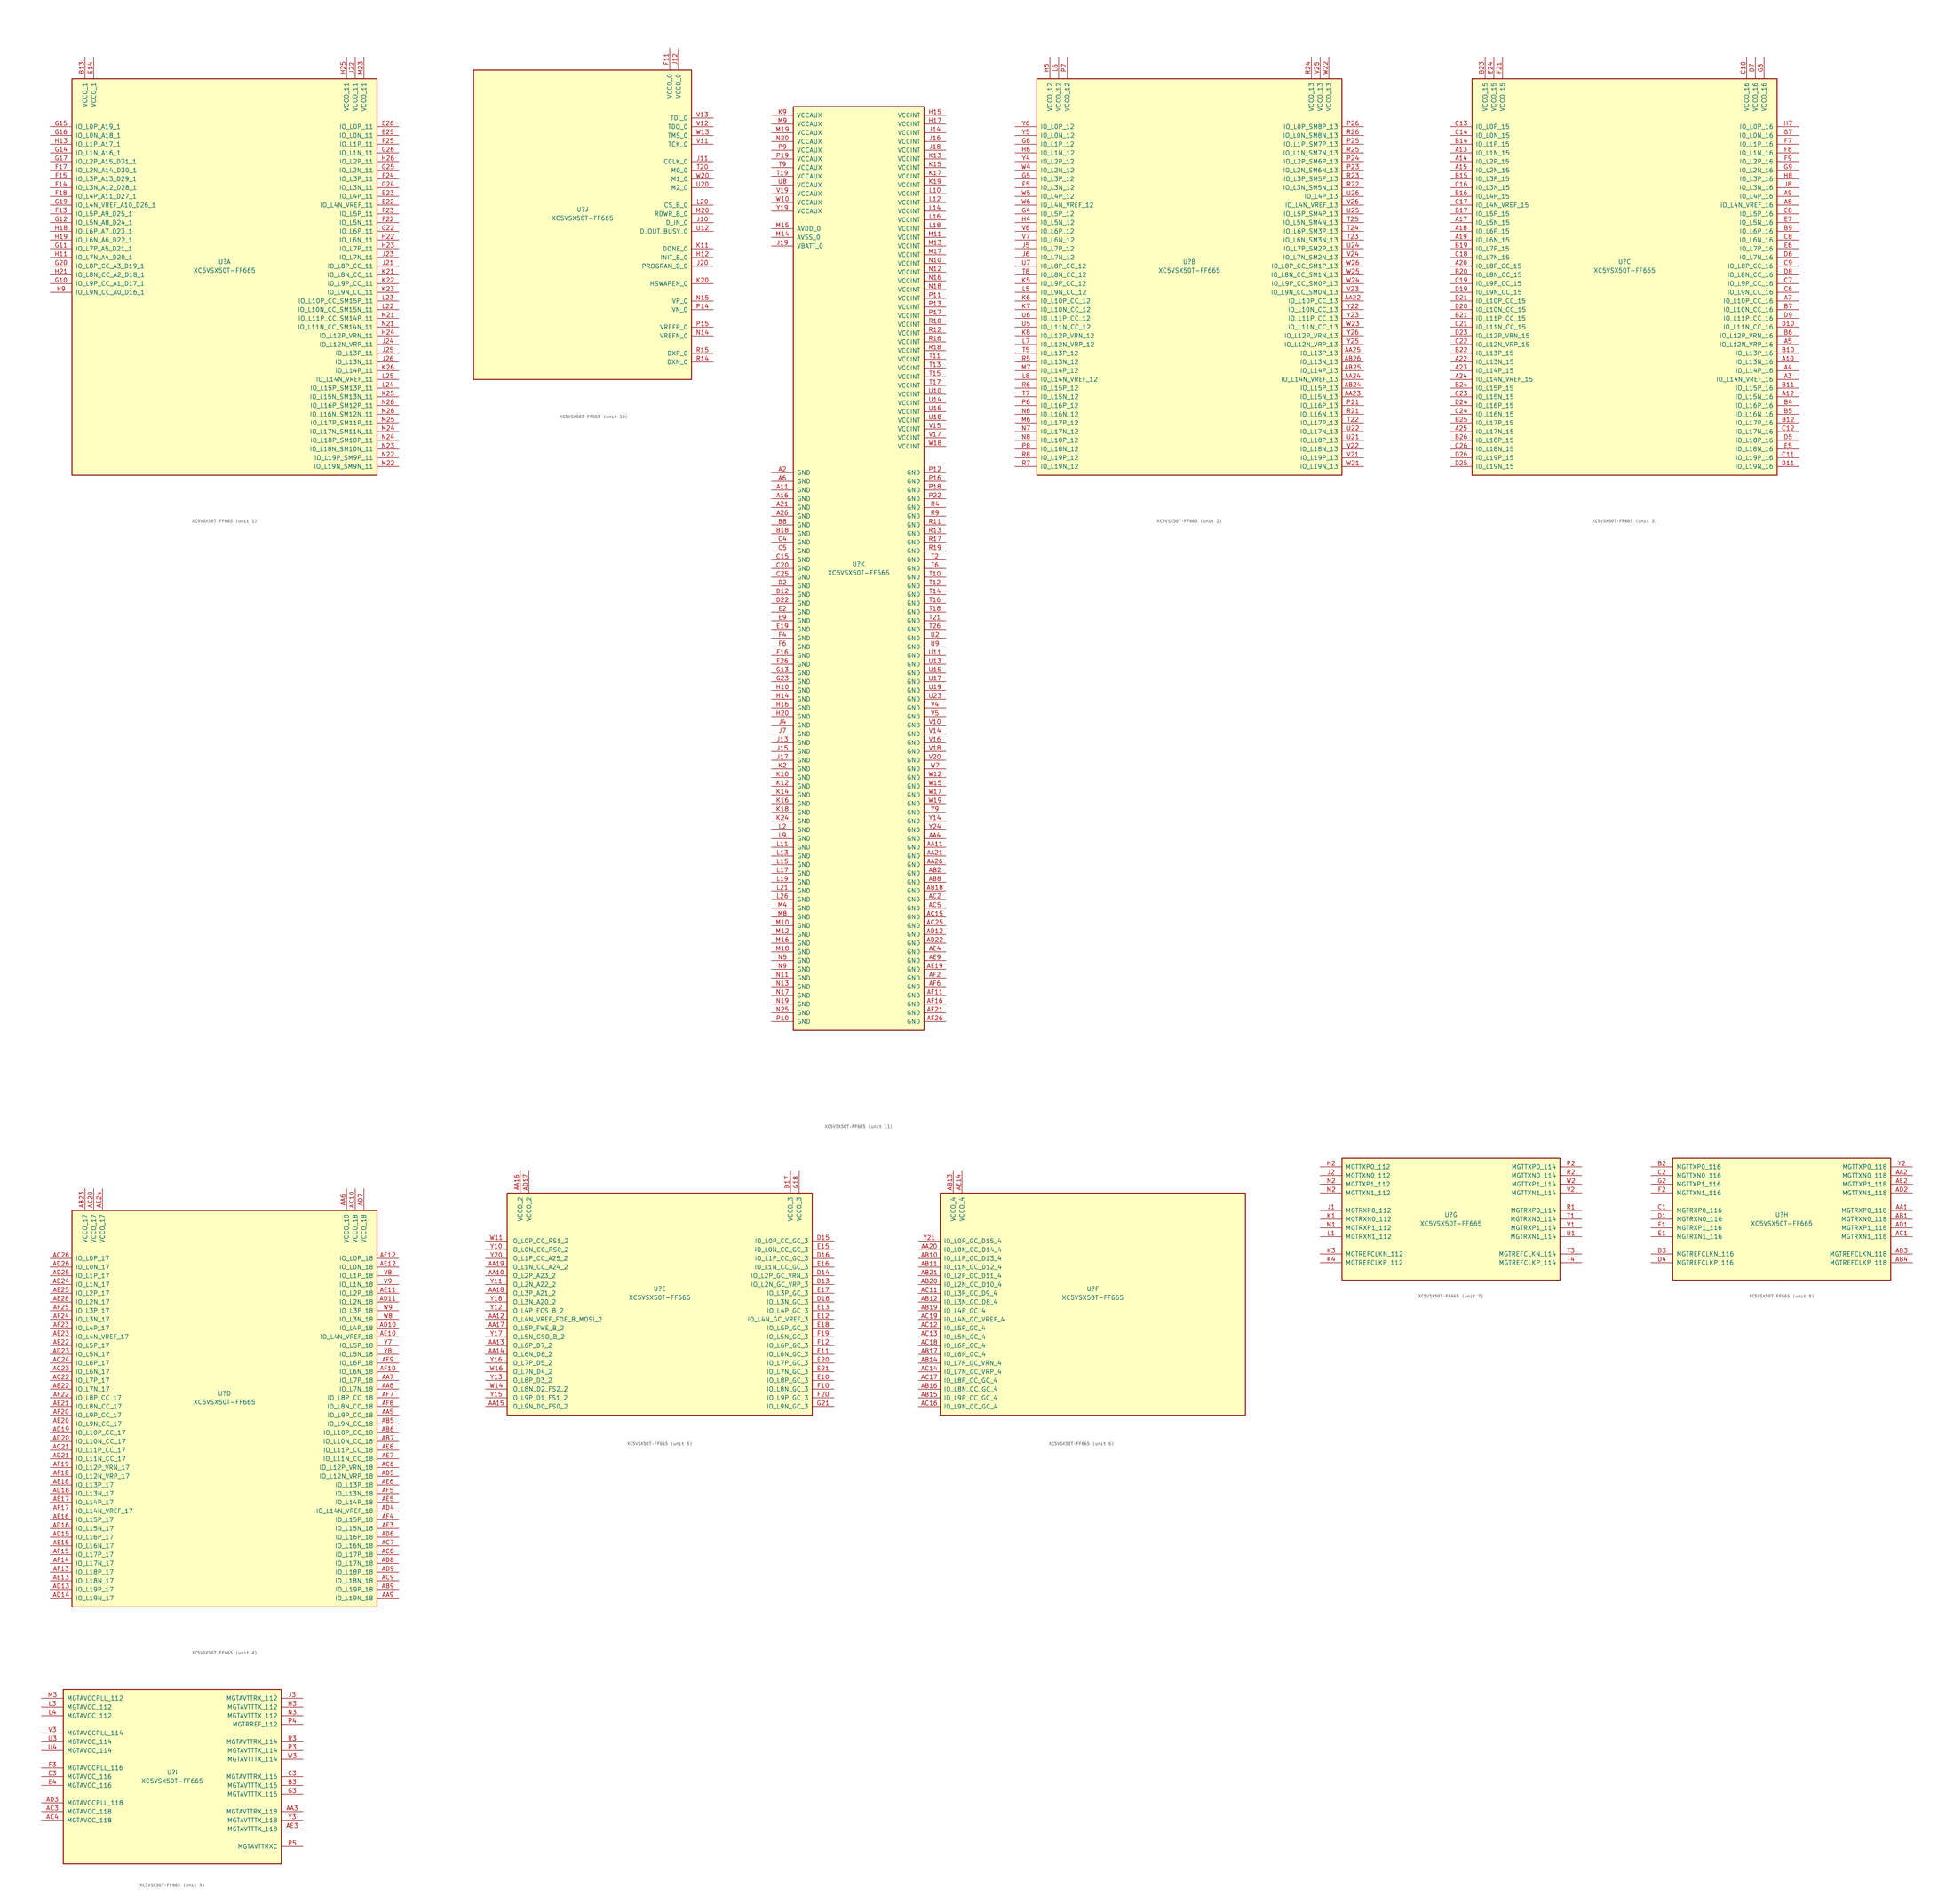
<source format=kicad_sym>
(kicad_symbol_lib
  (version 20211014)
  (generator kicad_symbol_editor)
  (symbol "XC5VSX50T-FF665"
    (pin_names
      (offset 1.016))
    (property "Reference" "U"
      (at 0 1.27 0)
      (effects (font (size 1.27 1.27))))
    (property "Value" "XC5VSX50T-FF665"
      (at 0 -1.27 0)
      (effects (font (size 1.27 1.27))))
    (property "Datasheet" ""
      (at 0 0 0)
      (effects (font (size 1.27 1.27))))
    (property "ki_locked" ""
      (at 0 0 0)
      (effects (font (size 1.27 1.27))))
    (symbol "XC5VSX50T-FF665_1_1"
      (rectangle (start -44.45 54.61) (end 44.45 -60.96) (stroke (width 0.254) (type default) (color 0 0 0 0)) (fill (type background)))
      (pin power_in line (at -40.64 60.96 270) (length 6.35) (name "VCCO_1" (effects (font (size 1.27 1.27)))) (number "B13" (effects (font (size 1.27 1.27)))))
      (pin power_in line (at -38.1 60.96 270) (length 6.35) (name "VCCO_1" (effects (font (size 1.27 1.27)))) (number "E14" (effects (font (size 1.27 1.27)))))
      (pin bidirectional line (at 50.8 17.78 180) (length 6.35) (name "IO_L4N_VREF_11" (effects (font (size 1.27 1.27)))) (number "E22" (effects (font (size 1.27 1.27)))))
      (pin bidirectional line (at 50.8 20.32 180) (length 6.35) (name "IO_L4P_11" (effects (font (size 1.27 1.27)))) (number "E23" (effects (font (size 1.27 1.27)))))
      (pin bidirectional line (at 50.8 38.1 180) (length 6.35) (name "IO_L0N_11" (effects (font (size 1.27 1.27)))) (number "E25" (effects (font (size 1.27 1.27)))))
      (pin bidirectional line (at 50.8 40.64 180) (length 6.35) (name "IO_L0P_11" (effects (font (size 1.27 1.27)))) (number "E26" (effects (font (size 1.27 1.27)))))
      (pin bidirectional line (at -50.8 15.24 0) (length 6.35) (name "IO_L5P_A9_D25_1" (effects (font (size 1.27 1.27)))) (number "F13" (effects (font (size 1.27 1.27)))))
      (pin bidirectional line (at -50.8 22.86 0) (length 6.35) (name "IO_L3N_A12_D28_1" (effects (font (size 1.27 1.27)))) (number "F14" (effects (font (size 1.27 1.27)))))
      (pin bidirectional line (at -50.8 25.4 0) (length 6.35) (name "IO_L3P_A13_D29_1" (effects (font (size 1.27 1.27)))) (number "F15" (effects (font (size 1.27 1.27)))))
      (pin bidirectional line (at -50.8 27.94 0) (length 6.35) (name "IO_L2N_A14_D30_1" (effects (font (size 1.27 1.27)))) (number "F17" (effects (font (size 1.27 1.27)))))
      (pin bidirectional line (at -50.8 20.32 0) (length 6.35) (name "IO_L4P_A11_D27_1" (effects (font (size 1.27 1.27)))) (number "F18" (effects (font (size 1.27 1.27)))))
      (pin bidirectional line (at 50.8 12.7 180) (length 6.35) (name "IO_L5N_11" (effects (font (size 1.27 1.27)))) (number "F22" (effects (font (size 1.27 1.27)))))
      (pin bidirectional line (at 50.8 15.24 180) (length 6.35) (name "IO_L5P_11" (effects (font (size 1.27 1.27)))) (number "F23" (effects (font (size 1.27 1.27)))))
      (pin bidirectional line (at 50.8 25.4 180) (length 6.35) (name "IO_L3P_11" (effects (font (size 1.27 1.27)))) (number "F24" (effects (font (size 1.27 1.27)))))
      (pin bidirectional line (at 50.8 35.56 180) (length 6.35) (name "IO_L1P_11" (effects (font (size 1.27 1.27)))) (number "F25" (effects (font (size 1.27 1.27)))))
      (pin bidirectional line (at -50.8 -5.08 0) (length 6.35) (name "IO_L9P_CC_A1_D17_1" (effects (font (size 1.27 1.27)))) (number "G10" (effects (font (size 1.27 1.27)))))
      (pin bidirectional line (at -50.8 5.08 0) (length 6.35) (name "IO_L7P_A5_D21_1" (effects (font (size 1.27 1.27)))) (number "G11" (effects (font (size 1.27 1.27)))))
      (pin bidirectional line (at -50.8 12.7 0) (length 6.35) (name "IO_L5N_A8_D24_1" (effects (font (size 1.27 1.27)))) (number "G12" (effects (font (size 1.27 1.27)))))
      (pin bidirectional line (at -50.8 33.02 0) (length 6.35) (name "IO_L1N_A16_1" (effects (font (size 1.27 1.27)))) (number "G14" (effects (font (size 1.27 1.27)))))
      (pin bidirectional line (at -50.8 40.64 0) (length 6.35) (name "IO_L0P_A19_1" (effects (font (size 1.27 1.27)))) (number "G15" (effects (font (size 1.27 1.27)))))
      (pin bidirectional line (at -50.8 38.1 0) (length 6.35) (name "IO_L0N_A18_1" (effects (font (size 1.27 1.27)))) (number "G16" (effects (font (size 1.27 1.27)))))
      (pin bidirectional line (at -50.8 30.48 0) (length 6.35) (name "IO_L2P_A15_D31_1" (effects (font (size 1.27 1.27)))) (number "G17" (effects (font (size 1.27 1.27)))))
      (pin bidirectional line (at -50.8 17.78 0) (length 6.35) (name "IO_L4N_VREF_A10_D26_1" (effects (font (size 1.27 1.27)))) (number "G19" (effects (font (size 1.27 1.27)))))
      (pin bidirectional line (at -50.8 0 0) (length 6.35) (name "IO_L8P_CC_A3_D19_1" (effects (font (size 1.27 1.27)))) (number "G20" (effects (font (size 1.27 1.27)))))
      (pin bidirectional line (at 50.8 10.16 180) (length 6.35) (name "IO_L6P_11" (effects (font (size 1.27 1.27)))) (number "G22" (effects (font (size 1.27 1.27)))))
      (pin bidirectional line (at 50.8 22.86 180) (length 6.35) (name "IO_L3N_11" (effects (font (size 1.27 1.27)))) (number "G24" (effects (font (size 1.27 1.27)))))
      (pin bidirectional line (at 50.8 27.94 180) (length 6.35) (name "IO_L2N_11" (effects (font (size 1.27 1.27)))) (number "G25" (effects (font (size 1.27 1.27)))))
      (pin bidirectional line (at 50.8 33.02 180) (length 6.35) (name "IO_L1N_11" (effects (font (size 1.27 1.27)))) (number "G26" (effects (font (size 1.27 1.27)))))
      (pin bidirectional line (at -50.8 2.54 0) (length 6.35) (name "IO_L7N_A4_D20_1" (effects (font (size 1.27 1.27)))) (number "H11" (effects (font (size 1.27 1.27)))))
      (pin bidirectional line (at -50.8 35.56 0) (length 6.35) (name "IO_L1P_A17_1" (effects (font (size 1.27 1.27)))) (number "H13" (effects (font (size 1.27 1.27)))))
      (pin bidirectional line (at -50.8 10.16 0) (length 6.35) (name "IO_L6P_A7_D23_1" (effects (font (size 1.27 1.27)))) (number "H18" (effects (font (size 1.27 1.27)))))
      (pin bidirectional line (at -50.8 7.62 0) (length 6.35) (name "IO_L6N_A6_D22_1" (effects (font (size 1.27 1.27)))) (number "H19" (effects (font (size 1.27 1.27)))))
      (pin bidirectional line (at -50.8 -2.54 0) (length 6.35) (name "IO_L8N_CC_A2_D18_1" (effects (font (size 1.27 1.27)))) (number "H21" (effects (font (size 1.27 1.27)))))
      (pin bidirectional line (at 50.8 7.62 180) (length 6.35) (name "IO_L6N_11" (effects (font (size 1.27 1.27)))) (number "H22" (effects (font (size 1.27 1.27)))))
      (pin bidirectional line (at 50.8 5.08 180) (length 6.35) (name "IO_L7P_11" (effects (font (size 1.27 1.27)))) (number "H23" (effects (font (size 1.27 1.27)))))
      (pin bidirectional line (at 50.8 -20.32 180) (length 6.35) (name "IO_L12P_VRN_11" (effects (font (size 1.27 1.27)))) (number "H24" (effects (font (size 1.27 1.27)))))
      (pin power_in line (at 35.56 60.96 270) (length 6.35) (name "VCCO_11" (effects (font (size 1.27 1.27)))) (number "H25" (effects (font (size 1.27 1.27)))))
      (pin bidirectional line (at 50.8 30.48 180) (length 6.35) (name "IO_L2P_11" (effects (font (size 1.27 1.27)))) (number "H26" (effects (font (size 1.27 1.27)))))
      (pin bidirectional line (at -50.8 -7.62 0) (length 6.35) (name "IO_L9N_CC_A0_D16_1" (effects (font (size 1.27 1.27)))) (number "H9" (effects (font (size 1.27 1.27)))))
      (pin bidirectional line (at 50.8 0 180) (length 6.35) (name "IO_L8P_CC_11" (effects (font (size 1.27 1.27)))) (number "J21" (effects (font (size 1.27 1.27)))))
      (pin power_in line (at 38.1 60.96 270) (length 6.35) (name "VCCO_11" (effects (font (size 1.27 1.27)))) (number "J22" (effects (font (size 1.27 1.27)))))
      (pin bidirectional line (at 50.8 2.54 180) (length 6.35) (name "IO_L7N_11" (effects (font (size 1.27 1.27)))) (number "J23" (effects (font (size 1.27 1.27)))))
      (pin bidirectional line (at 50.8 -22.86 180) (length 6.35) (name "IO_L12N_VRP_11" (effects (font (size 1.27 1.27)))) (number "J24" (effects (font (size 1.27 1.27)))))
      (pin bidirectional line (at 50.8 -25.4 180) (length 6.35) (name "IO_L13P_11" (effects (font (size 1.27 1.27)))) (number "J25" (effects (font (size 1.27 1.27)))))
      (pin bidirectional line (at 50.8 -27.94 180) (length 6.35) (name "IO_L13N_11" (effects (font (size 1.27 1.27)))) (number "J26" (effects (font (size 1.27 1.27)))))
      (pin bidirectional line (at 50.8 -2.54 180) (length 6.35) (name "IO_L8N_CC_11" (effects (font (size 1.27 1.27)))) (number "K21" (effects (font (size 1.27 1.27)))))
      (pin bidirectional line (at 50.8 -5.08 180) (length 6.35) (name "IO_L9P_CC_11" (effects (font (size 1.27 1.27)))) (number "K22" (effects (font (size 1.27 1.27)))))
      (pin bidirectional line (at 50.8 -7.62 180) (length 6.35) (name "IO_L9N_CC_11" (effects (font (size 1.27 1.27)))) (number "K23" (effects (font (size 1.27 1.27)))))
      (pin bidirectional line (at 50.8 -38.1 180) (length 6.35) (name "IO_L15N_SM13N_11" (effects (font (size 1.27 1.27)))) (number "K25" (effects (font (size 1.27 1.27)))))
      (pin bidirectional line (at 50.8 -30.48 180) (length 6.35) (name "IO_L14P_11" (effects (font (size 1.27 1.27)))) (number "K26" (effects (font (size 1.27 1.27)))))
      (pin bidirectional line (at 50.8 -12.7 180) (length 6.35) (name "IO_L10N_CC_SM15N_11" (effects (font (size 1.27 1.27)))) (number "L22" (effects (font (size 1.27 1.27)))))
      (pin bidirectional line (at 50.8 -10.16 180) (length 6.35) (name "IO_L10P_CC_SM15P_11" (effects (font (size 1.27 1.27)))) (number "L23" (effects (font (size 1.27 1.27)))))
      (pin bidirectional line (at 50.8 -35.56 180) (length 6.35) (name "IO_L15P_SM13P_11" (effects (font (size 1.27 1.27)))) (number "L24" (effects (font (size 1.27 1.27)))))
      (pin bidirectional line (at 50.8 -33.02 180) (length 6.35) (name "IO_L14N_VREF_11" (effects (font (size 1.27 1.27)))) (number "L25" (effects (font (size 1.27 1.27)))))
      (pin bidirectional line (at 50.8 -15.24 180) (length 6.35) (name "IO_L11P_CC_SM14P_11" (effects (font (size 1.27 1.27)))) (number "M21" (effects (font (size 1.27 1.27)))))
      (pin bidirectional line (at 50.8 -58.42 180) (length 6.35) (name "IO_L19N_SM9N_11" (effects (font (size 1.27 1.27)))) (number "M22" (effects (font (size 1.27 1.27)))))
      (pin power_in line (at 40.64 60.96 270) (length 6.35) (name "VCCO_11" (effects (font (size 1.27 1.27)))) (number "M23" (effects (font (size 1.27 1.27)))))
      (pin bidirectional line (at 50.8 -48.26 180) (length 6.35) (name "IO_L17N_SM11N_11" (effects (font (size 1.27 1.27)))) (number "M24" (effects (font (size 1.27 1.27)))))
      (pin bidirectional line (at 50.8 -45.72 180) (length 6.35) (name "IO_L17P_SM11P_11" (effects (font (size 1.27 1.27)))) (number "M25" (effects (font (size 1.27 1.27)))))
      (pin bidirectional line (at 50.8 -43.18 180) (length 6.35) (name "IO_L16N_SM12N_11" (effects (font (size 1.27 1.27)))) (number "M26" (effects (font (size 1.27 1.27)))))
      (pin bidirectional line (at 50.8 -17.78 180) (length 6.35) (name "IO_L11N_CC_SM14N_11" (effects (font (size 1.27 1.27)))) (number "N21" (effects (font (size 1.27 1.27)))))
      (pin bidirectional line (at 50.8 -55.88 180) (length 6.35) (name "IO_L19P_SM9P_11" (effects (font (size 1.27 1.27)))) (number "N22" (effects (font (size 1.27 1.27)))))
      (pin bidirectional line (at 50.8 -53.34 180) (length 6.35) (name "IO_L18N_SM10N_11" (effects (font (size 1.27 1.27)))) (number "N23" (effects (font (size 1.27 1.27)))))
      (pin bidirectional line (at 50.8 -50.8 180) (length 6.35) (name "IO_L18P_SM10P_11" (effects (font (size 1.27 1.27)))) (number "N24" (effects (font (size 1.27 1.27)))))
      (pin bidirectional line (at 50.8 -40.64 180) (length 6.35) (name "IO_L16P_SM12P_11" (effects (font (size 1.27 1.27)))) (number "N26" (effects (font (size 1.27 1.27))))))
    (symbol "XC5VSX50T-FF665_2_1"
      (rectangle (start -44.45 54.61) (end 44.45 -60.96) (stroke (width 0.254) (type default) (color 0 0 0 0)) (fill (type background)))
      (pin bidirectional line (at 50.8 -10.16 180) (length 6.35) (name "IO_L10P_CC_13" (effects (font (size 1.27 1.27)))) (number "AA22" (effects (font (size 1.27 1.27)))))
      (pin bidirectional line (at 50.8 -38.1 180) (length 6.35) (name "IO_L15N_13" (effects (font (size 1.27 1.27)))) (number "AA23" (effects (font (size 1.27 1.27)))))
      (pin bidirectional line (at 50.8 -33.02 180) (length 6.35) (name "IO_L14N_VREF_13" (effects (font (size 1.27 1.27)))) (number "AA24" (effects (font (size 1.27 1.27)))))
      (pin bidirectional line (at 50.8 -25.4 180) (length 6.35) (name "IO_L13P_13" (effects (font (size 1.27 1.27)))) (number "AA25" (effects (font (size 1.27 1.27)))))
      (pin bidirectional line (at 50.8 -35.56 180) (length 6.35) (name "IO_L15P_13" (effects (font (size 1.27 1.27)))) (number "AB24" (effects (font (size 1.27 1.27)))))
      (pin bidirectional line (at 50.8 -30.48 180) (length 6.35) (name "IO_L14P_13" (effects (font (size 1.27 1.27)))) (number "AB25" (effects (font (size 1.27 1.27)))))
      (pin bidirectional line (at 50.8 -27.94 180) (length 6.35) (name "IO_L13N_13" (effects (font (size 1.27 1.27)))) (number "AB26" (effects (font (size 1.27 1.27)))))
      (pin bidirectional line (at -50.8 22.86 0) (length 6.35) (name "IO_L3N_12" (effects (font (size 1.27 1.27)))) (number "F5" (effects (font (size 1.27 1.27)))))
      (pin bidirectional line (at -50.8 15.24 0) (length 6.35) (name "IO_L5P_12" (effects (font (size 1.27 1.27)))) (number "G4" (effects (font (size 1.27 1.27)))))
      (pin bidirectional line (at -50.8 25.4 0) (length 6.35) (name "IO_L3P_12" (effects (font (size 1.27 1.27)))) (number "G5" (effects (font (size 1.27 1.27)))))
      (pin bidirectional line (at -50.8 35.56 0) (length 6.35) (name "IO_L1P_12" (effects (font (size 1.27 1.27)))) (number "G6" (effects (font (size 1.27 1.27)))))
      (pin bidirectional line (at -50.8 12.7 0) (length 6.35) (name "IO_L5N_12" (effects (font (size 1.27 1.27)))) (number "H4" (effects (font (size 1.27 1.27)))))
      (pin power_in line (at -40.64 60.96 270) (length 6.35) (name "VCCO_12" (effects (font (size 1.27 1.27)))) (number "H5" (effects (font (size 1.27 1.27)))))
      (pin bidirectional line (at -50.8 33.02 0) (length 6.35) (name "IO_L1N_12" (effects (font (size 1.27 1.27)))) (number "H6" (effects (font (size 1.27 1.27)))))
      (pin bidirectional line (at -50.8 5.08 0) (length 6.35) (name "IO_L7P_12" (effects (font (size 1.27 1.27)))) (number "J5" (effects (font (size 1.27 1.27)))))
      (pin bidirectional line (at -50.8 2.54 0) (length 6.35) (name "IO_L7N_12" (effects (font (size 1.27 1.27)))) (number "J6" (effects (font (size 1.27 1.27)))))
      (pin bidirectional line (at -50.8 -5.08 0) (length 6.35) (name "IO_L9P_CC_12" (effects (font (size 1.27 1.27)))) (number "K5" (effects (font (size 1.27 1.27)))))
      (pin bidirectional line (at -50.8 -10.16 0) (length 6.35) (name "IO_L10P_CC_12" (effects (font (size 1.27 1.27)))) (number "K6" (effects (font (size 1.27 1.27)))))
      (pin bidirectional line (at -50.8 -12.7 0) (length 6.35) (name "IO_L10N_CC_12" (effects (font (size 1.27 1.27)))) (number "K7" (effects (font (size 1.27 1.27)))))
      (pin bidirectional line (at -50.8 -20.32 0) (length 6.35) (name "IO_L12P_VRN_12" (effects (font (size 1.27 1.27)))) (number "K8" (effects (font (size 1.27 1.27)))))
      (pin bidirectional line (at -50.8 -7.62 0) (length 6.35) (name "IO_L9N_CC_12" (effects (font (size 1.27 1.27)))) (number "L5" (effects (font (size 1.27 1.27)))))
      (pin power_in line (at -38.1 60.96 270) (length 6.35) (name "VCCO_12" (effects (font (size 1.27 1.27)))) (number "L6" (effects (font (size 1.27 1.27)))))
      (pin bidirectional line (at -50.8 -22.86 0) (length 6.35) (name "IO_L12N_VRP_12" (effects (font (size 1.27 1.27)))) (number "L7" (effects (font (size 1.27 1.27)))))
      (pin bidirectional line (at -50.8 -33.02 0) (length 6.35) (name "IO_L14N_VREF_12" (effects (font (size 1.27 1.27)))) (number "L8" (effects (font (size 1.27 1.27)))))
      (pin bidirectional line (at -50.8 -45.72 0) (length 6.35) (name "IO_L17P_12" (effects (font (size 1.27 1.27)))) (number "M6" (effects (font (size 1.27 1.27)))))
      (pin bidirectional line (at -50.8 -30.48 0) (length 6.35) (name "IO_L14P_12" (effects (font (size 1.27 1.27)))) (number "M7" (effects (font (size 1.27 1.27)))))
      (pin bidirectional line (at -50.8 -43.18 0) (length 6.35) (name "IO_L16N_12" (effects (font (size 1.27 1.27)))) (number "N6" (effects (font (size 1.27 1.27)))))
      (pin bidirectional line (at -50.8 -48.26 0) (length 6.35) (name "IO_L17N_12" (effects (font (size 1.27 1.27)))) (number "N7" (effects (font (size 1.27 1.27)))))
      (pin bidirectional line (at -50.8 -50.8 0) (length 6.35) (name "IO_L18P_12" (effects (font (size 1.27 1.27)))) (number "N8" (effects (font (size 1.27 1.27)))))
      (pin bidirectional line (at 50.8 -40.64 180) (length 6.35) (name "IO_L16P_13" (effects (font (size 1.27 1.27)))) (number "P21" (effects (font (size 1.27 1.27)))))
      (pin bidirectional line (at 50.8 27.94 180) (length 6.35) (name "IO_L2N_SM6N_13" (effects (font (size 1.27 1.27)))) (number "P23" (effects (font (size 1.27 1.27)))))
      (pin bidirectional line (at 50.8 30.48 180) (length 6.35) (name "IO_L2P_SM6P_13" (effects (font (size 1.27 1.27)))) (number "P24" (effects (font (size 1.27 1.27)))))
      (pin bidirectional line (at 50.8 35.56 180) (length 6.35) (name "IO_L1P_SM7P_13" (effects (font (size 1.27 1.27)))) (number "P25" (effects (font (size 1.27 1.27)))))
      (pin bidirectional line (at 50.8 40.64 180) (length 6.35) (name "IO_L0P_SM8P_13" (effects (font (size 1.27 1.27)))) (number "P26" (effects (font (size 1.27 1.27)))))
      (pin bidirectional line (at -50.8 -40.64 0) (length 6.35) (name "IO_L16P_12" (effects (font (size 1.27 1.27)))) (number "P6" (effects (font (size 1.27 1.27)))))
      (pin power_in line (at -35.56 60.96 270) (length 6.35) (name "VCCO_12" (effects (font (size 1.27 1.27)))) (number "P7" (effects (font (size 1.27 1.27)))))
      (pin bidirectional line (at -50.8 -53.34 0) (length 6.35) (name "IO_L18N_12" (effects (font (size 1.27 1.27)))) (number "P8" (effects (font (size 1.27 1.27)))))
      (pin bidirectional line (at 50.8 -43.18 180) (length 6.35) (name "IO_L16N_13" (effects (font (size 1.27 1.27)))) (number "R21" (effects (font (size 1.27 1.27)))))
      (pin bidirectional line (at 50.8 22.86 180) (length 6.35) (name "IO_L3N_SM5N_13" (effects (font (size 1.27 1.27)))) (number "R22" (effects (font (size 1.27 1.27)))))
      (pin bidirectional line (at 50.8 25.4 180) (length 6.35) (name "IO_L3P_SM5P_13" (effects (font (size 1.27 1.27)))) (number "R23" (effects (font (size 1.27 1.27)))))
      (pin power_in line (at 35.56 60.96 270) (length 6.35) (name "VCCO_13" (effects (font (size 1.27 1.27)))) (number "R24" (effects (font (size 1.27 1.27)))))
      (pin bidirectional line (at 50.8 33.02 180) (length 6.35) (name "IO_L1N_SM7N_13" (effects (font (size 1.27 1.27)))) (number "R25" (effects (font (size 1.27 1.27)))))
      (pin bidirectional line (at 50.8 38.1 180) (length 6.35) (name "IO_L0N_SM8N_13" (effects (font (size 1.27 1.27)))) (number "R26" (effects (font (size 1.27 1.27)))))
      (pin bidirectional line (at -50.8 -27.94 0) (length 6.35) (name "IO_L13N_12" (effects (font (size 1.27 1.27)))) (number "R5" (effects (font (size 1.27 1.27)))))
      (pin bidirectional line (at -50.8 -35.56 0) (length 6.35) (name "IO_L15P_12" (effects (font (size 1.27 1.27)))) (number "R6" (effects (font (size 1.27 1.27)))))
      (pin bidirectional line (at -50.8 -58.42 0) (length 6.35) (name "IO_L19N_12" (effects (font (size 1.27 1.27)))) (number "R7" (effects (font (size 1.27 1.27)))))
      (pin bidirectional line (at -50.8 -55.88 0) (length 6.35) (name "IO_L19P_12" (effects (font (size 1.27 1.27)))) (number "R8" (effects (font (size 1.27 1.27)))))
      (pin bidirectional line (at 50.8 -45.72 180) (length 6.35) (name "IO_L17P_13" (effects (font (size 1.27 1.27)))) (number "T22" (effects (font (size 1.27 1.27)))))
      (pin bidirectional line (at 50.8 7.62 180) (length 6.35) (name "IO_L6N_SM3N_13" (effects (font (size 1.27 1.27)))) (number "T23" (effects (font (size 1.27 1.27)))))
      (pin bidirectional line (at 50.8 10.16 180) (length 6.35) (name "IO_L6P_SM3P_13" (effects (font (size 1.27 1.27)))) (number "T24" (effects (font (size 1.27 1.27)))))
      (pin bidirectional line (at 50.8 12.7 180) (length 6.35) (name "IO_L5N_SM4N_13" (effects (font (size 1.27 1.27)))) (number "T25" (effects (font (size 1.27 1.27)))))
      (pin bidirectional line (at -50.8 -25.4 0) (length 6.35) (name "IO_L13P_12" (effects (font (size 1.27 1.27)))) (number "T5" (effects (font (size 1.27 1.27)))))
      (pin bidirectional line (at -50.8 -38.1 0) (length 6.35) (name "IO_L15N_12" (effects (font (size 1.27 1.27)))) (number "T7" (effects (font (size 1.27 1.27)))))
      (pin bidirectional line (at -50.8 -2.54 0) (length 6.35) (name "IO_L8N_CC_12" (effects (font (size 1.27 1.27)))) (number "T8" (effects (font (size 1.27 1.27)))))
      (pin bidirectional line (at 50.8 -50.8 180) (length 6.35) (name "IO_L18P_13" (effects (font (size 1.27 1.27)))) (number "U21" (effects (font (size 1.27 1.27)))))
      (pin bidirectional line (at 50.8 -48.26 180) (length 6.35) (name "IO_L17N_13" (effects (font (size 1.27 1.27)))) (number "U22" (effects (font (size 1.27 1.27)))))
      (pin bidirectional line (at 50.8 5.08 180) (length 6.35) (name "IO_L7P_SM2P_13" (effects (font (size 1.27 1.27)))) (number "U24" (effects (font (size 1.27 1.27)))))
      (pin bidirectional line (at 50.8 15.24 180) (length 6.35) (name "IO_L5P_SM4P_13" (effects (font (size 1.27 1.27)))) (number "U25" (effects (font (size 1.27 1.27)))))
      (pin bidirectional line (at 50.8 20.32 180) (length 6.35) (name "IO_L4P_13" (effects (font (size 1.27 1.27)))) (number "U26" (effects (font (size 1.27 1.27)))))
      (pin bidirectional line (at -50.8 -17.78 0) (length 6.35) (name "IO_L11N_CC_12" (effects (font (size 1.27 1.27)))) (number "U5" (effects (font (size 1.27 1.27)))))
      (pin bidirectional line (at -50.8 -15.24 0) (length 6.35) (name "IO_L11P_CC_12" (effects (font (size 1.27 1.27)))) (number "U6" (effects (font (size 1.27 1.27)))))
      (pin bidirectional line (at -50.8 0 0) (length 6.35) (name "IO_L8P_CC_12" (effects (font (size 1.27 1.27)))) (number "U7" (effects (font (size 1.27 1.27)))))
      (pin bidirectional line (at 50.8 -55.88 180) (length 6.35) (name "IO_L19P_13" (effects (font (size 1.27 1.27)))) (number "V21" (effects (font (size 1.27 1.27)))))
      (pin bidirectional line (at 50.8 -53.34 180) (length 6.35) (name "IO_L18N_13" (effects (font (size 1.27 1.27)))) (number "V22" (effects (font (size 1.27 1.27)))))
      (pin bidirectional line (at 50.8 -7.62 180) (length 6.35) (name "IO_L9N_CC_SM0N_13" (effects (font (size 1.27 1.27)))) (number "V23" (effects (font (size 1.27 1.27)))))
      (pin bidirectional line (at 50.8 2.54 180) (length 6.35) (name "IO_L7N_SM2N_13" (effects (font (size 1.27 1.27)))) (number "V24" (effects (font (size 1.27 1.27)))))
      (pin power_in line (at 38.1 60.96 270) (length 6.35) (name "VCCO_13" (effects (font (size 1.27 1.27)))) (number "V25" (effects (font (size 1.27 1.27)))))
      (pin bidirectional line (at 50.8 17.78 180) (length 6.35) (name "IO_L4N_VREF_13" (effects (font (size 1.27 1.27)))) (number "V26" (effects (font (size 1.27 1.27)))))
      (pin bidirectional line (at -50.8 10.16 0) (length 6.35) (name "IO_L6P_12" (effects (font (size 1.27 1.27)))) (number "V6" (effects (font (size 1.27 1.27)))))
      (pin bidirectional line (at -50.8 7.62 0) (length 6.35) (name "IO_L6N_12" (effects (font (size 1.27 1.27)))) (number "V7" (effects (font (size 1.27 1.27)))))
      (pin bidirectional line (at 50.8 -58.42 180) (length 6.35) (name "IO_L19N_13" (effects (font (size 1.27 1.27)))) (number "W21" (effects (font (size 1.27 1.27)))))
      (pin power_in line (at 40.64 60.96 270) (length 6.35) (name "VCCO_13" (effects (font (size 1.27 1.27)))) (number "W22" (effects (font (size 1.27 1.27)))))
      (pin bidirectional line (at 50.8 -17.78 180) (length 6.35) (name "IO_L11N_CC_13" (effects (font (size 1.27 1.27)))) (number "W23" (effects (font (size 1.27 1.27)))))
      (pin bidirectional line (at 50.8 -5.08 180) (length 6.35) (name "IO_L9P_CC_SM0P_13" (effects (font (size 1.27 1.27)))) (number "W24" (effects (font (size 1.27 1.27)))))
      (pin bidirectional line (at 50.8 -2.54 180) (length 6.35) (name "IO_L8N_CC_SM1N_13" (effects (font (size 1.27 1.27)))) (number "W25" (effects (font (size 1.27 1.27)))))
      (pin bidirectional line (at 50.8 0 180) (length 6.35) (name "IO_L8P_CC_SM1P_13" (effects (font (size 1.27 1.27)))) (number "W26" (effects (font (size 1.27 1.27)))))
      (pin bidirectional line (at -50.8 27.94 0) (length 6.35) (name "IO_L2N_12" (effects (font (size 1.27 1.27)))) (number "W4" (effects (font (size 1.27 1.27)))))
      (pin bidirectional line (at -50.8 20.32 0) (length 6.35) (name "IO_L4P_12" (effects (font (size 1.27 1.27)))) (number "W5" (effects (font (size 1.27 1.27)))))
      (pin bidirectional line (at -50.8 17.78 0) (length 6.35) (name "IO_L4N_VREF_12" (effects (font (size 1.27 1.27)))) (number "W6" (effects (font (size 1.27 1.27)))))
      (pin bidirectional line (at 50.8 -12.7 180) (length 6.35) (name "IO_L10N_CC_13" (effects (font (size 1.27 1.27)))) (number "Y22" (effects (font (size 1.27 1.27)))))
      (pin bidirectional line (at 50.8 -15.24 180) (length 6.35) (name "IO_L11P_CC_13" (effects (font (size 1.27 1.27)))) (number "Y23" (effects (font (size 1.27 1.27)))))
      (pin bidirectional line (at 50.8 -22.86 180) (length 6.35) (name "IO_L12N_VRP_13" (effects (font (size 1.27 1.27)))) (number "Y25" (effects (font (size 1.27 1.27)))))
      (pin bidirectional line (at 50.8 -20.32 180) (length 6.35) (name "IO_L12P_VRN_13" (effects (font (size 1.27 1.27)))) (number "Y26" (effects (font (size 1.27 1.27)))))
      (pin bidirectional line (at -50.8 30.48 0) (length 6.35) (name "IO_L2P_12" (effects (font (size 1.27 1.27)))) (number "Y4" (effects (font (size 1.27 1.27)))))
      (pin bidirectional line (at -50.8 38.1 0) (length 6.35) (name "IO_L0N_12" (effects (font (size 1.27 1.27)))) (number "Y5" (effects (font (size 1.27 1.27)))))
      (pin bidirectional line (at -50.8 40.64 0) (length 6.35) (name "IO_L0P_12" (effects (font (size 1.27 1.27)))) (number "Y6" (effects (font (size 1.27 1.27))))))
    (symbol "XC5VSX50T-FF665_3_1"
      (rectangle (start -44.45 54.61) (end 44.45 -60.96) (stroke (width 0.254) (type default) (color 0 0 0 0)) (fill (type background)))
      (pin bidirectional line (at 50.8 -27.94 180) (length 6.35) (name "IO_L13N_16" (effects (font (size 1.27 1.27)))) (number "A10" (effects (font (size 1.27 1.27)))))
      (pin bidirectional line (at 50.8 -38.1 180) (length 6.35) (name "IO_L15N_16" (effects (font (size 1.27 1.27)))) (number "A12" (effects (font (size 1.27 1.27)))))
      (pin bidirectional line (at -50.8 33.02 0) (length 6.35) (name "IO_L1N_15" (effects (font (size 1.27 1.27)))) (number "A13" (effects (font (size 1.27 1.27)))))
      (pin bidirectional line (at -50.8 30.48 0) (length 6.35) (name "IO_L2P_15" (effects (font (size 1.27 1.27)))) (number "A14" (effects (font (size 1.27 1.27)))))
      (pin bidirectional line (at -50.8 27.94 0) (length 6.35) (name "IO_L2N_15" (effects (font (size 1.27 1.27)))) (number "A15" (effects (font (size 1.27 1.27)))))
      (pin bidirectional line (at -50.8 12.7 0) (length 6.35) (name "IO_L5N_15" (effects (font (size 1.27 1.27)))) (number "A17" (effects (font (size 1.27 1.27)))))
      (pin bidirectional line (at -50.8 10.16 0) (length 6.35) (name "IO_L6P_15" (effects (font (size 1.27 1.27)))) (number "A18" (effects (font (size 1.27 1.27)))))
      (pin bidirectional line (at -50.8 7.62 0) (length 6.35) (name "IO_L6N_15" (effects (font (size 1.27 1.27)))) (number "A19" (effects (font (size 1.27 1.27)))))
      (pin bidirectional line (at -50.8 0 0) (length 6.35) (name "IO_L8P_CC_15" (effects (font (size 1.27 1.27)))) (number "A20" (effects (font (size 1.27 1.27)))))
      (pin bidirectional line (at -50.8 -27.94 0) (length 6.35) (name "IO_L13N_15" (effects (font (size 1.27 1.27)))) (number "A22" (effects (font (size 1.27 1.27)))))
      (pin bidirectional line (at -50.8 -30.48 0) (length 6.35) (name "IO_L14P_15" (effects (font (size 1.27 1.27)))) (number "A23" (effects (font (size 1.27 1.27)))))
      (pin bidirectional line (at -50.8 -33.02 0) (length 6.35) (name "IO_L14N_VREF_15" (effects (font (size 1.27 1.27)))) (number "A24" (effects (font (size 1.27 1.27)))))
      (pin bidirectional line (at -50.8 -48.26 0) (length 6.35) (name "IO_L17N_15" (effects (font (size 1.27 1.27)))) (number "A25" (effects (font (size 1.27 1.27)))))
      (pin bidirectional line (at 50.8 -33.02 180) (length 6.35) (name "IO_L14N_VREF_16" (effects (font (size 1.27 1.27)))) (number "A3" (effects (font (size 1.27 1.27)))))
      (pin bidirectional line (at 50.8 -30.48 180) (length 6.35) (name "IO_L14P_16" (effects (font (size 1.27 1.27)))) (number "A4" (effects (font (size 1.27 1.27)))))
      (pin bidirectional line (at 50.8 -22.86 180) (length 6.35) (name "IO_L12N_VRP_16" (effects (font (size 1.27 1.27)))) (number "A5" (effects (font (size 1.27 1.27)))))
      (pin bidirectional line (at 50.8 -10.16 180) (length 6.35) (name "IO_L10P_CC_16" (effects (font (size 1.27 1.27)))) (number "A7" (effects (font (size 1.27 1.27)))))
      (pin bidirectional line (at 50.8 17.78 180) (length 6.35) (name "IO_L4N_VREF_16" (effects (font (size 1.27 1.27)))) (number "A8" (effects (font (size 1.27 1.27)))))
      (pin bidirectional line (at 50.8 20.32 180) (length 6.35) (name "IO_L4P_16" (effects (font (size 1.27 1.27)))) (number "A9" (effects (font (size 1.27 1.27)))))
      (pin bidirectional line (at 50.8 -25.4 180) (length 6.35) (name "IO_L13P_16" (effects (font (size 1.27 1.27)))) (number "B10" (effects (font (size 1.27 1.27)))))
      (pin bidirectional line (at 50.8 -35.56 180) (length 6.35) (name "IO_L15P_16" (effects (font (size 1.27 1.27)))) (number "B11" (effects (font (size 1.27 1.27)))))
      (pin bidirectional line (at 50.8 -45.72 180) (length 6.35) (name "IO_L17P_16" (effects (font (size 1.27 1.27)))) (number "B12" (effects (font (size 1.27 1.27)))))
      (pin bidirectional line (at -50.8 35.56 0) (length 6.35) (name "IO_L1P_15" (effects (font (size 1.27 1.27)))) (number "B14" (effects (font (size 1.27 1.27)))))
      (pin bidirectional line (at -50.8 25.4 0) (length 6.35) (name "IO_L3P_15" (effects (font (size 1.27 1.27)))) (number "B15" (effects (font (size 1.27 1.27)))))
      (pin bidirectional line (at -50.8 20.32 0) (length 6.35) (name "IO_L4P_15" (effects (font (size 1.27 1.27)))) (number "B16" (effects (font (size 1.27 1.27)))))
      (pin bidirectional line (at -50.8 15.24 0) (length 6.35) (name "IO_L5P_15" (effects (font (size 1.27 1.27)))) (number "B17" (effects (font (size 1.27 1.27)))))
      (pin bidirectional line (at -50.8 5.08 0) (length 6.35) (name "IO_L7P_15" (effects (font (size 1.27 1.27)))) (number "B19" (effects (font (size 1.27 1.27)))))
      (pin bidirectional line (at -50.8 -2.54 0) (length 6.35) (name "IO_L8N_CC_15" (effects (font (size 1.27 1.27)))) (number "B20" (effects (font (size 1.27 1.27)))))
      (pin bidirectional line (at -50.8 -15.24 0) (length 6.35) (name "IO_L11P_CC_15" (effects (font (size 1.27 1.27)))) (number "B21" (effects (font (size 1.27 1.27)))))
      (pin bidirectional line (at -50.8 -25.4 0) (length 6.35) (name "IO_L13P_15" (effects (font (size 1.27 1.27)))) (number "B22" (effects (font (size 1.27 1.27)))))
      (pin power_in line (at -40.64 60.96 270) (length 6.35) (name "VCCO_15" (effects (font (size 1.27 1.27)))) (number "B23" (effects (font (size 1.27 1.27)))))
      (pin bidirectional line (at -50.8 -35.56 0) (length 6.35) (name "IO_L15P_15" (effects (font (size 1.27 1.27)))) (number "B24" (effects (font (size 1.27 1.27)))))
      (pin bidirectional line (at -50.8 -45.72 0) (length 6.35) (name "IO_L17P_15" (effects (font (size 1.27 1.27)))) (number "B25" (effects (font (size 1.27 1.27)))))
      (pin bidirectional line (at -50.8 -50.8 0) (length 6.35) (name "IO_L18P_15" (effects (font (size 1.27 1.27)))) (number "B26" (effects (font (size 1.27 1.27)))))
      (pin bidirectional line (at 50.8 -40.64 180) (length 6.35) (name "IO_L16P_16" (effects (font (size 1.27 1.27)))) (number "B4" (effects (font (size 1.27 1.27)))))
      (pin bidirectional line (at 50.8 -43.18 180) (length 6.35) (name "IO_L16N_16" (effects (font (size 1.27 1.27)))) (number "B5" (effects (font (size 1.27 1.27)))))
      (pin bidirectional line (at 50.8 -20.32 180) (length 6.35) (name "IO_L12P_VRN_16" (effects (font (size 1.27 1.27)))) (number "B6" (effects (font (size 1.27 1.27)))))
      (pin bidirectional line (at 50.8 -12.7 180) (length 6.35) (name "IO_L10N_CC_16" (effects (font (size 1.27 1.27)))) (number "B7" (effects (font (size 1.27 1.27)))))
      (pin bidirectional line (at 50.8 10.16 180) (length 6.35) (name "IO_L6P_16" (effects (font (size 1.27 1.27)))) (number "B9" (effects (font (size 1.27 1.27)))))
      (pin power_in line (at 35.56 60.96 270) (length 6.35) (name "VCCO_16" (effects (font (size 1.27 1.27)))) (number "C10" (effects (font (size 1.27 1.27)))))
      (pin bidirectional line (at 50.8 -55.88 180) (length 6.35) (name "IO_L19P_16" (effects (font (size 1.27 1.27)))) (number "C11" (effects (font (size 1.27 1.27)))))
      (pin bidirectional line (at 50.8 -48.26 180) (length 6.35) (name "IO_L17N_16" (effects (font (size 1.27 1.27)))) (number "C12" (effects (font (size 1.27 1.27)))))
      (pin bidirectional line (at -50.8 40.64 0) (length 6.35) (name "IO_L0P_15" (effects (font (size 1.27 1.27)))) (number "C13" (effects (font (size 1.27 1.27)))))
      (pin bidirectional line (at -50.8 38.1 0) (length 6.35) (name "IO_L0N_15" (effects (font (size 1.27 1.27)))) (number "C14" (effects (font (size 1.27 1.27)))))
      (pin bidirectional line (at -50.8 22.86 0) (length 6.35) (name "IO_L3N_15" (effects (font (size 1.27 1.27)))) (number "C16" (effects (font (size 1.27 1.27)))))
      (pin bidirectional line (at -50.8 17.78 0) (length 6.35) (name "IO_L4N_VREF_15" (effects (font (size 1.27 1.27)))) (number "C17" (effects (font (size 1.27 1.27)))))
      (pin bidirectional line (at -50.8 2.54 0) (length 6.35) (name "IO_L7N_15" (effects (font (size 1.27 1.27)))) (number "C18" (effects (font (size 1.27 1.27)))))
      (pin bidirectional line (at -50.8 -5.08 0) (length 6.35) (name "IO_L9P_CC_15" (effects (font (size 1.27 1.27)))) (number "C19" (effects (font (size 1.27 1.27)))))
      (pin bidirectional line (at -50.8 -17.78 0) (length 6.35) (name "IO_L11N_CC_15" (effects (font (size 1.27 1.27)))) (number "C21" (effects (font (size 1.27 1.27)))))
      (pin bidirectional line (at -50.8 -22.86 0) (length 6.35) (name "IO_L12N_VRP_15" (effects (font (size 1.27 1.27)))) (number "C22" (effects (font (size 1.27 1.27)))))
      (pin bidirectional line (at -50.8 -38.1 0) (length 6.35) (name "IO_L15N_15" (effects (font (size 1.27 1.27)))) (number "C23" (effects (font (size 1.27 1.27)))))
      (pin bidirectional line (at -50.8 -43.18 0) (length 6.35) (name "IO_L16N_15" (effects (font (size 1.27 1.27)))) (number "C24" (effects (font (size 1.27 1.27)))))
      (pin bidirectional line (at -50.8 -53.34 0) (length 6.35) (name "IO_L18N_15" (effects (font (size 1.27 1.27)))) (number "C26" (effects (font (size 1.27 1.27)))))
      (pin bidirectional line (at 50.8 -7.62 180) (length 6.35) (name "IO_L9N_CC_16" (effects (font (size 1.27 1.27)))) (number "C6" (effects (font (size 1.27 1.27)))))
      (pin bidirectional line (at 50.8 -5.08 180) (length 6.35) (name "IO_L9P_CC_16" (effects (font (size 1.27 1.27)))) (number "C7" (effects (font (size 1.27 1.27)))))
      (pin bidirectional line (at 50.8 7.62 180) (length 6.35) (name "IO_L6N_16" (effects (font (size 1.27 1.27)))) (number "C8" (effects (font (size 1.27 1.27)))))
      (pin bidirectional line (at 50.8 0 180) (length 6.35) (name "IO_L8P_CC_16" (effects (font (size 1.27 1.27)))) (number "C9" (effects (font (size 1.27 1.27)))))
      (pin bidirectional line (at 50.8 -17.78 180) (length 6.35) (name "IO_L11N_CC_16" (effects (font (size 1.27 1.27)))) (number "D10" (effects (font (size 1.27 1.27)))))
      (pin bidirectional line (at 50.8 -58.42 180) (length 6.35) (name "IO_L19N_16" (effects (font (size 1.27 1.27)))) (number "D11" (effects (font (size 1.27 1.27)))))
      (pin bidirectional line (at -50.8 -7.62 0) (length 6.35) (name "IO_L9N_CC_15" (effects (font (size 1.27 1.27)))) (number "D19" (effects (font (size 1.27 1.27)))))
      (pin bidirectional line (at -50.8 -12.7 0) (length 6.35) (name "IO_L10N_CC_15" (effects (font (size 1.27 1.27)))) (number "D20" (effects (font (size 1.27 1.27)))))
      (pin bidirectional line (at -50.8 -10.16 0) (length 6.35) (name "IO_L10P_CC_15" (effects (font (size 1.27 1.27)))) (number "D21" (effects (font (size 1.27 1.27)))))
      (pin bidirectional line (at -50.8 -20.32 0) (length 6.35) (name "IO_L12P_VRN_15" (effects (font (size 1.27 1.27)))) (number "D23" (effects (font (size 1.27 1.27)))))
      (pin bidirectional line (at -50.8 -40.64 0) (length 6.35) (name "IO_L16P_15" (effects (font (size 1.27 1.27)))) (number "D24" (effects (font (size 1.27 1.27)))))
      (pin bidirectional line (at -50.8 -58.42 0) (length 6.35) (name "IO_L19N_15" (effects (font (size 1.27 1.27)))) (number "D25" (effects (font (size 1.27 1.27)))))
      (pin bidirectional line (at -50.8 -55.88 0) (length 6.35) (name "IO_L19P_15" (effects (font (size 1.27 1.27)))) (number "D26" (effects (font (size 1.27 1.27)))))
      (pin bidirectional line (at 50.8 -50.8 180) (length 6.35) (name "IO_L18P_16" (effects (font (size 1.27 1.27)))) (number "D5" (effects (font (size 1.27 1.27)))))
      (pin bidirectional line (at 50.8 2.54 180) (length 6.35) (name "IO_L7N_16" (effects (font (size 1.27 1.27)))) (number "D6" (effects (font (size 1.27 1.27)))))
      (pin power_in line (at 38.1 60.96 270) (length 6.35) (name "VCCO_16" (effects (font (size 1.27 1.27)))) (number "D7" (effects (font (size 1.27 1.27)))))
      (pin bidirectional line (at 50.8 -2.54 180) (length 6.35) (name "IO_L8N_CC_16" (effects (font (size 1.27 1.27)))) (number "D8" (effects (font (size 1.27 1.27)))))
      (pin bidirectional line (at 50.8 -15.24 180) (length 6.35) (name "IO_L11P_CC_16" (effects (font (size 1.27 1.27)))) (number "D9" (effects (font (size 1.27 1.27)))))
      (pin power_in line (at -38.1 60.96 270) (length 6.35) (name "VCCO_15" (effects (font (size 1.27 1.27)))) (number "E24" (effects (font (size 1.27 1.27)))))
      (pin bidirectional line (at 50.8 -53.34 180) (length 6.35) (name "IO_L18N_16" (effects (font (size 1.27 1.27)))) (number "E5" (effects (font (size 1.27 1.27)))))
      (pin bidirectional line (at 50.8 5.08 180) (length 6.35) (name "IO_L7P_16" (effects (font (size 1.27 1.27)))) (number "E6" (effects (font (size 1.27 1.27)))))
      (pin bidirectional line (at 50.8 12.7 180) (length 6.35) (name "IO_L5N_16" (effects (font (size 1.27 1.27)))) (number "E7" (effects (font (size 1.27 1.27)))))
      (pin bidirectional line (at 50.8 15.24 180) (length 6.35) (name "IO_L5P_16" (effects (font (size 1.27 1.27)))) (number "E8" (effects (font (size 1.27 1.27)))))
      (pin power_in line (at -35.56 60.96 270) (length 6.35) (name "VCCO_15" (effects (font (size 1.27 1.27)))) (number "F21" (effects (font (size 1.27 1.27)))))
      (pin bidirectional line (at 50.8 35.56 180) (length 6.35) (name "IO_L1P_16" (effects (font (size 1.27 1.27)))) (number "F7" (effects (font (size 1.27 1.27)))))
      (pin bidirectional line (at 50.8 33.02 180) (length 6.35) (name "IO_L1N_16" (effects (font (size 1.27 1.27)))) (number "F8" (effects (font (size 1.27 1.27)))))
      (pin bidirectional line (at 50.8 30.48 180) (length 6.35) (name "IO_L2P_16" (effects (font (size 1.27 1.27)))) (number "F9" (effects (font (size 1.27 1.27)))))
      (pin bidirectional line (at 50.8 38.1 180) (length 6.35) (name "IO_L0N_16" (effects (font (size 1.27 1.27)))) (number "G7" (effects (font (size 1.27 1.27)))))
      (pin power_in line (at 40.64 60.96 270) (length 6.35) (name "VCCO_16" (effects (font (size 1.27 1.27)))) (number "G8" (effects (font (size 1.27 1.27)))))
      (pin bidirectional line (at 50.8 27.94 180) (length 6.35) (name "IO_L2N_16" (effects (font (size 1.27 1.27)))) (number "G9" (effects (font (size 1.27 1.27)))))
      (pin bidirectional line (at 50.8 40.64 180) (length 6.35) (name "IO_L0P_16" (effects (font (size 1.27 1.27)))) (number "H7" (effects (font (size 1.27 1.27)))))
      (pin bidirectional line (at 50.8 25.4 180) (length 6.35) (name "IO_L3P_16" (effects (font (size 1.27 1.27)))) (number "H8" (effects (font (size 1.27 1.27)))))
      (pin bidirectional line (at 50.8 22.86 180) (length 6.35) (name "IO_L3N_16" (effects (font (size 1.27 1.27)))) (number "J8" (effects (font (size 1.27 1.27))))))
    (symbol "XC5VSX50T-FF665_4_1"
      (rectangle (start -44.45 54.61) (end 44.45 -60.96) (stroke (width 0.254) (type default) (color 0 0 0 0)) (fill (type background)))
      (pin bidirectional line (at 50.8 -5.08 180) (length 6.35) (name "IO_L9P_CC_18" (effects (font (size 1.27 1.27)))) (number "AA5" (effects (font (size 1.27 1.27)))))
      (pin power_in line (at 35.56 60.96 270) (length 6.35) (name "VCCO_18" (effects (font (size 1.27 1.27)))) (number "AA6" (effects (font (size 1.27 1.27)))))
      (pin bidirectional line (at 50.8 5.08 180) (length 6.35) (name "IO_L7P_18" (effects (font (size 1.27 1.27)))) (number "AA7" (effects (font (size 1.27 1.27)))))
      (pin bidirectional line (at 50.8 2.54 180) (length 6.35) (name "IO_L7N_18" (effects (font (size 1.27 1.27)))) (number "AA8" (effects (font (size 1.27 1.27)))))
      (pin bidirectional line (at 50.8 -58.42 180) (length 6.35) (name "IO_L19N_18" (effects (font (size 1.27 1.27)))) (number "AA9" (effects (font (size 1.27 1.27)))))
      (pin bidirectional line (at -50.8 2.54 0) (length 6.35) (name "IO_L7N_17" (effects (font (size 1.27 1.27)))) (number "AB22" (effects (font (size 1.27 1.27)))))
      (pin power_in line (at -40.64 60.96 270) (length 6.35) (name "VCCO_17" (effects (font (size 1.27 1.27)))) (number "AB23" (effects (font (size 1.27 1.27)))))
      (pin bidirectional line (at 50.8 -7.62 180) (length 6.35) (name "IO_L9N_CC_18" (effects (font (size 1.27 1.27)))) (number "AB5" (effects (font (size 1.27 1.27)))))
      (pin bidirectional line (at 50.8 -10.16 180) (length 6.35) (name "IO_L10P_CC_18" (effects (font (size 1.27 1.27)))) (number "AB6" (effects (font (size 1.27 1.27)))))
      (pin bidirectional line (at 50.8 -12.7 180) (length 6.35) (name "IO_L10N_CC_18" (effects (font (size 1.27 1.27)))) (number "AB7" (effects (font (size 1.27 1.27)))))
      (pin bidirectional line (at 50.8 -55.88 180) (length 6.35) (name "IO_L19P_18" (effects (font (size 1.27 1.27)))) (number "AB9" (effects (font (size 1.27 1.27)))))
      (pin power_in line (at 38.1 60.96 270) (length 6.35) (name "VCCO_18" (effects (font (size 1.27 1.27)))) (number "AC10" (effects (font (size 1.27 1.27)))))
      (pin power_in line (at -38.1 60.96 270) (length 6.35) (name "VCCO_17" (effects (font (size 1.27 1.27)))) (number "AC20" (effects (font (size 1.27 1.27)))))
      (pin bidirectional line (at -50.8 -15.24 0) (length 6.35) (name "IO_L11P_CC_17" (effects (font (size 1.27 1.27)))) (number "AC21" (effects (font (size 1.27 1.27)))))
      (pin bidirectional line (at -50.8 5.08 0) (length 6.35) (name "IO_L7P_17" (effects (font (size 1.27 1.27)))) (number "AC22" (effects (font (size 1.27 1.27)))))
      (pin bidirectional line (at -50.8 7.62 0) (length 6.35) (name "IO_L6N_17" (effects (font (size 1.27 1.27)))) (number "AC23" (effects (font (size 1.27 1.27)))))
      (pin bidirectional line (at -50.8 10.16 0) (length 6.35) (name "IO_L6P_17" (effects (font (size 1.27 1.27)))) (number "AC24" (effects (font (size 1.27 1.27)))))
      (pin bidirectional line (at -50.8 40.64 0) (length 6.35) (name "IO_L0P_17" (effects (font (size 1.27 1.27)))) (number "AC26" (effects (font (size 1.27 1.27)))))
      (pin bidirectional line (at 50.8 -20.32 180) (length 6.35) (name "IO_L12P_VRN_18" (effects (font (size 1.27 1.27)))) (number "AC6" (effects (font (size 1.27 1.27)))))
      (pin bidirectional line (at 50.8 -43.18 180) (length 6.35) (name "IO_L16N_18" (effects (font (size 1.27 1.27)))) (number "AC7" (effects (font (size 1.27 1.27)))))
      (pin bidirectional line (at 50.8 -45.72 180) (length 6.35) (name "IO_L17P_18" (effects (font (size 1.27 1.27)))) (number "AC8" (effects (font (size 1.27 1.27)))))
      (pin bidirectional line (at 50.8 -53.34 180) (length 6.35) (name "IO_L18N_18" (effects (font (size 1.27 1.27)))) (number "AC9" (effects (font (size 1.27 1.27)))))
      (pin bidirectional line (at 50.8 20.32 180) (length 6.35) (name "IO_L4P_18" (effects (font (size 1.27 1.27)))) (number "AD10" (effects (font (size 1.27 1.27)))))
      (pin bidirectional line (at 50.8 27.94 180) (length 6.35) (name "IO_L2N_18" (effects (font (size 1.27 1.27)))) (number "AD11" (effects (font (size 1.27 1.27)))))
      (pin bidirectional line (at -50.8 -55.88 0) (length 6.35) (name "IO_L19P_17" (effects (font (size 1.27 1.27)))) (number "AD13" (effects (font (size 1.27 1.27)))))
      (pin bidirectional line (at -50.8 -58.42 0) (length 6.35) (name "IO_L19N_17" (effects (font (size 1.27 1.27)))) (number "AD14" (effects (font (size 1.27 1.27)))))
      (pin bidirectional line (at -50.8 -40.64 0) (length 6.35) (name "IO_L16P_17" (effects (font (size 1.27 1.27)))) (number "AD15" (effects (font (size 1.27 1.27)))))
      (pin bidirectional line (at -50.8 -38.1 0) (length 6.35) (name "IO_L15N_17" (effects (font (size 1.27 1.27)))) (number "AD16" (effects (font (size 1.27 1.27)))))
      (pin bidirectional line (at -50.8 -27.94 0) (length 6.35) (name "IO_L13N_17" (effects (font (size 1.27 1.27)))) (number "AD18" (effects (font (size 1.27 1.27)))))
      (pin bidirectional line (at -50.8 -10.16 0) (length 6.35) (name "IO_L10P_CC_17" (effects (font (size 1.27 1.27)))) (number "AD19" (effects (font (size 1.27 1.27)))))
      (pin bidirectional line (at -50.8 -12.7 0) (length 6.35) (name "IO_L10N_CC_17" (effects (font (size 1.27 1.27)))) (number "AD20" (effects (font (size 1.27 1.27)))))
      (pin bidirectional line (at -50.8 -17.78 0) (length 6.35) (name "IO_L11N_CC_17" (effects (font (size 1.27 1.27)))) (number "AD21" (effects (font (size 1.27 1.27)))))
      (pin bidirectional line (at -50.8 12.7 0) (length 6.35) (name "IO_L5N_17" (effects (font (size 1.27 1.27)))) (number "AD23" (effects (font (size 1.27 1.27)))))
      (pin bidirectional line (at -50.8 33.02 0) (length 6.35) (name "IO_L1N_17" (effects (font (size 1.27 1.27)))) (number "AD24" (effects (font (size 1.27 1.27)))))
      (pin bidirectional line (at -50.8 35.56 0) (length 6.35) (name "IO_L1P_17" (effects (font (size 1.27 1.27)))) (number "AD25" (effects (font (size 1.27 1.27)))))
      (pin bidirectional line (at -50.8 38.1 0) (length 6.35) (name "IO_L0N_17" (effects (font (size 1.27 1.27)))) (number "AD26" (effects (font (size 1.27 1.27)))))
      (pin bidirectional line (at 50.8 -33.02 180) (length 6.35) (name "IO_L14N_VREF_18" (effects (font (size 1.27 1.27)))) (number "AD4" (effects (font (size 1.27 1.27)))))
      (pin bidirectional line (at 50.8 -22.86 180) (length 6.35) (name "IO_L12N_VRP_18" (effects (font (size 1.27 1.27)))) (number "AD5" (effects (font (size 1.27 1.27)))))
      (pin bidirectional line (at 50.8 -40.64 180) (length 6.35) (name "IO_L16P_18" (effects (font (size 1.27 1.27)))) (number "AD6" (effects (font (size 1.27 1.27)))))
      (pin power_in line (at 40.64 60.96 270) (length 6.35) (name "VCCO_18" (effects (font (size 1.27 1.27)))) (number "AD7" (effects (font (size 1.27 1.27)))))
      (pin bidirectional line (at 50.8 -48.26 180) (length 6.35) (name "IO_L17N_18" (effects (font (size 1.27 1.27)))) (number "AD8" (effects (font (size 1.27 1.27)))))
      (pin bidirectional line (at 50.8 -50.8 180) (length 6.35) (name "IO_L18P_18" (effects (font (size 1.27 1.27)))) (number "AD9" (effects (font (size 1.27 1.27)))))
      (pin bidirectional line (at 50.8 17.78 180) (length 6.35) (name "IO_L4N_VREF_18" (effects (font (size 1.27 1.27)))) (number "AE10" (effects (font (size 1.27 1.27)))))
      (pin bidirectional line (at 50.8 30.48 180) (length 6.35) (name "IO_L2P_18" (effects (font (size 1.27 1.27)))) (number "AE11" (effects (font (size 1.27 1.27)))))
      (pin bidirectional line (at 50.8 38.1 180) (length 6.35) (name "IO_L0N_18" (effects (font (size 1.27 1.27)))) (number "AE12" (effects (font (size 1.27 1.27)))))
      (pin bidirectional line (at -50.8 -53.34 0) (length 6.35) (name "IO_L18N_17" (effects (font (size 1.27 1.27)))) (number "AE13" (effects (font (size 1.27 1.27)))))
      (pin bidirectional line (at -50.8 -43.18 0) (length 6.35) (name "IO_L16N_17" (effects (font (size 1.27 1.27)))) (number "AE15" (effects (font (size 1.27 1.27)))))
      (pin bidirectional line (at -50.8 -35.56 0) (length 6.35) (name "IO_L15P_17" (effects (font (size 1.27 1.27)))) (number "AE16" (effects (font (size 1.27 1.27)))))
      (pin bidirectional line (at -50.8 -30.48 0) (length 6.35) (name "IO_L14P_17" (effects (font (size 1.27 1.27)))) (number "AE17" (effects (font (size 1.27 1.27)))))
      (pin bidirectional line (at -50.8 -25.4 0) (length 6.35) (name "IO_L13P_17" (effects (font (size 1.27 1.27)))) (number "AE18" (effects (font (size 1.27 1.27)))))
      (pin bidirectional line (at -50.8 -7.62 0) (length 6.35) (name "IO_L9N_CC_17" (effects (font (size 1.27 1.27)))) (number "AE20" (effects (font (size 1.27 1.27)))))
      (pin bidirectional line (at -50.8 -2.54 0) (length 6.35) (name "IO_L8N_CC_17" (effects (font (size 1.27 1.27)))) (number "AE21" (effects (font (size 1.27 1.27)))))
      (pin bidirectional line (at -50.8 15.24 0) (length 6.35) (name "IO_L5P_17" (effects (font (size 1.27 1.27)))) (number "AE22" (effects (font (size 1.27 1.27)))))
      (pin bidirectional line (at -50.8 17.78 0) (length 6.35) (name "IO_L4N_VREF_17" (effects (font (size 1.27 1.27)))) (number "AE23" (effects (font (size 1.27 1.27)))))
      (pin power_in line (at -35.56 60.96 270) (length 6.35) (name "VCCO_17" (effects (font (size 1.27 1.27)))) (number "AE24" (effects (font (size 1.27 1.27)))))
      (pin bidirectional line (at -50.8 30.48 0) (length 6.35) (name "IO_L2P_17" (effects (font (size 1.27 1.27)))) (number "AE25" (effects (font (size 1.27 1.27)))))
      (pin bidirectional line (at -50.8 27.94 0) (length 6.35) (name "IO_L2N_17" (effects (font (size 1.27 1.27)))) (number "AE26" (effects (font (size 1.27 1.27)))))
      (pin bidirectional line (at 50.8 -30.48 180) (length 6.35) (name "IO_L14P_18" (effects (font (size 1.27 1.27)))) (number "AE5" (effects (font (size 1.27 1.27)))))
      (pin bidirectional line (at 50.8 -25.4 180) (length 6.35) (name "IO_L13P_18" (effects (font (size 1.27 1.27)))) (number "AE6" (effects (font (size 1.27 1.27)))))
      (pin bidirectional line (at 50.8 -17.78 180) (length 6.35) (name "IO_L11N_CC_18" (effects (font (size 1.27 1.27)))) (number "AE7" (effects (font (size 1.27 1.27)))))
      (pin bidirectional line (at 50.8 -15.24 180) (length 6.35) (name "IO_L11P_CC_18" (effects (font (size 1.27 1.27)))) (number "AE8" (effects (font (size 1.27 1.27)))))
      (pin bidirectional line (at 50.8 7.62 180) (length 6.35) (name "IO_L6N_18" (effects (font (size 1.27 1.27)))) (number "AF10" (effects (font (size 1.27 1.27)))))
      (pin bidirectional line (at 50.8 40.64 180) (length 6.35) (name "IO_L0P_18" (effects (font (size 1.27 1.27)))) (number "AF12" (effects (font (size 1.27 1.27)))))
      (pin bidirectional line (at -50.8 -50.8 0) (length 6.35) (name "IO_L18P_17" (effects (font (size 1.27 1.27)))) (number "AF13" (effects (font (size 1.27 1.27)))))
      (pin bidirectional line (at -50.8 -48.26 0) (length 6.35) (name "IO_L17N_17" (effects (font (size 1.27 1.27)))) (number "AF14" (effects (font (size 1.27 1.27)))))
      (pin bidirectional line (at -50.8 -45.72 0) (length 6.35) (name "IO_L17P_17" (effects (font (size 1.27 1.27)))) (number "AF15" (effects (font (size 1.27 1.27)))))
      (pin bidirectional line (at -50.8 -33.02 0) (length 6.35) (name "IO_L14N_VREF_17" (effects (font (size 1.27 1.27)))) (number "AF17" (effects (font (size 1.27 1.27)))))
      (pin bidirectional line (at -50.8 -22.86 0) (length 6.35) (name "IO_L12N_VRP_17" (effects (font (size 1.27 1.27)))) (number "AF18" (effects (font (size 1.27 1.27)))))
      (pin bidirectional line (at -50.8 -20.32 0) (length 6.35) (name "IO_L12P_VRN_17" (effects (font (size 1.27 1.27)))) (number "AF19" (effects (font (size 1.27 1.27)))))
      (pin bidirectional line (at -50.8 -5.08 0) (length 6.35) (name "IO_L9P_CC_17" (effects (font (size 1.27 1.27)))) (number "AF20" (effects (font (size 1.27 1.27)))))
      (pin bidirectional line (at -50.8 0 0) (length 6.35) (name "IO_L8P_CC_17" (effects (font (size 1.27 1.27)))) (number "AF22" (effects (font (size 1.27 1.27)))))
      (pin bidirectional line (at -50.8 20.32 0) (length 6.35) (name "IO_L4P_17" (effects (font (size 1.27 1.27)))) (number "AF23" (effects (font (size 1.27 1.27)))))
      (pin bidirectional line (at -50.8 22.86 0) (length 6.35) (name "IO_L3N_17" (effects (font (size 1.27 1.27)))) (number "AF24" (effects (font (size 1.27 1.27)))))
      (pin bidirectional line (at -50.8 25.4 0) (length 6.35) (name "IO_L3P_17" (effects (font (size 1.27 1.27)))) (number "AF25" (effects (font (size 1.27 1.27)))))
      (pin bidirectional line (at 50.8 -38.1 180) (length 6.35) (name "IO_L15N_18" (effects (font (size 1.27 1.27)))) (number "AF3" (effects (font (size 1.27 1.27)))))
      (pin bidirectional line (at 50.8 -35.56 180) (length 6.35) (name "IO_L15P_18" (effects (font (size 1.27 1.27)))) (number "AF4" (effects (font (size 1.27 1.27)))))
      (pin bidirectional line (at 50.8 -27.94 180) (length 6.35) (name "IO_L13N_18" (effects (font (size 1.27 1.27)))) (number "AF5" (effects (font (size 1.27 1.27)))))
      (pin bidirectional line (at 50.8 0 180) (length 6.35) (name "IO_L8P_CC_18" (effects (font (size 1.27 1.27)))) (number "AF7" (effects (font (size 1.27 1.27)))))
      (pin bidirectional line (at 50.8 -2.54 180) (length 6.35) (name "IO_L8N_CC_18" (effects (font (size 1.27 1.27)))) (number "AF8" (effects (font (size 1.27 1.27)))))
      (pin bidirectional line (at 50.8 10.16 180) (length 6.35) (name "IO_L6P_18" (effects (font (size 1.27 1.27)))) (number "AF9" (effects (font (size 1.27 1.27)))))
      (pin bidirectional line (at 50.8 35.56 180) (length 6.35) (name "IO_L1P_18" (effects (font (size 1.27 1.27)))) (number "V8" (effects (font (size 1.27 1.27)))))
      (pin bidirectional line (at 50.8 33.02 180) (length 6.35) (name "IO_L1N_18" (effects (font (size 1.27 1.27)))) (number "V9" (effects (font (size 1.27 1.27)))))
      (pin bidirectional line (at 50.8 22.86 180) (length 6.35) (name "IO_L3N_18" (effects (font (size 1.27 1.27)))) (number "W8" (effects (font (size 1.27 1.27)))))
      (pin bidirectional line (at 50.8 25.4 180) (length 6.35) (name "IO_L3P_18" (effects (font (size 1.27 1.27)))) (number "W9" (effects (font (size 1.27 1.27)))))
      (pin bidirectional line (at 50.8 15.24 180) (length 6.35) (name "IO_L5P_18" (effects (font (size 1.27 1.27)))) (number "Y7" (effects (font (size 1.27 1.27)))))
      (pin bidirectional line (at 50.8 12.7 180) (length 6.35) (name "IO_L5N_18" (effects (font (size 1.27 1.27)))) (number "Y8" (effects (font (size 1.27 1.27))))))
    (symbol "XC5VSX50T-FF665_5_1"
      (rectangle (start -44.45 29.21) (end 44.45 -35.56) (stroke (width 0.254) (type default) (color 0 0 0 0)) (fill (type background)))
      (pin bidirectional line (at -50.8 5.08 0) (length 6.35) (name "IO_L2P_A23_2" (effects (font (size 1.27 1.27)))) (number "AA10" (effects (font (size 1.27 1.27)))))
      (pin bidirectional line (at -50.8 -7.62 0) (length 6.35) (name "IO_L4N_VREF_FOE_B_MOSI_2" (effects (font (size 1.27 1.27)))) (number "AA12" (effects (font (size 1.27 1.27)))))
      (pin bidirectional line (at -50.8 -15.24 0) (length 6.35) (name "IO_L6P_D7_2" (effects (font (size 1.27 1.27)))) (number "AA13" (effects (font (size 1.27 1.27)))))
      (pin bidirectional line (at -50.8 -17.78 0) (length 6.35) (name "IO_L6N_D6_2" (effects (font (size 1.27 1.27)))) (number "AA14" (effects (font (size 1.27 1.27)))))
      (pin bidirectional line (at -50.8 -33.02 0) (length 6.35) (name "IO_L9N_D0_FS0_2" (effects (font (size 1.27 1.27)))) (number "AA15" (effects (font (size 1.27 1.27)))))
      (pin power_in line (at -40.64 35.56 270) (length 6.35) (name "VCCO_2" (effects (font (size 1.27 1.27)))) (number "AA16" (effects (font (size 1.27 1.27)))))
      (pin bidirectional line (at -50.8 -10.16 0) (length 6.35) (name "IO_L5P_FWE_B_2" (effects (font (size 1.27 1.27)))) (number "AA17" (effects (font (size 1.27 1.27)))))
      (pin bidirectional line (at -50.8 0 0) (length 6.35) (name "IO_L3P_A21_2" (effects (font (size 1.27 1.27)))) (number "AA18" (effects (font (size 1.27 1.27)))))
      (pin bidirectional line (at -50.8 7.62 0) (length 6.35) (name "IO_L1N_CC_A24_2" (effects (font (size 1.27 1.27)))) (number "AA19" (effects (font (size 1.27 1.27)))))
      (pin power_in line (at -38.1 35.56 270) (length 6.35) (name "VCCO_2" (effects (font (size 1.27 1.27)))) (number "AD17" (effects (font (size 1.27 1.27)))))
      (pin bidirectional line (at 50.8 2.54 180) (length 6.35) (name "IO_L2N_GC_VRP_3" (effects (font (size 1.27 1.27)))) (number "D13" (effects (font (size 1.27 1.27)))))
      (pin bidirectional line (at 50.8 5.08 180) (length 6.35) (name "IO_L2P_GC_VRN_3" (effects (font (size 1.27 1.27)))) (number "D14" (effects (font (size 1.27 1.27)))))
      (pin bidirectional line (at 50.8 15.24 180) (length 6.35) (name "IO_L0P_CC_GC_3" (effects (font (size 1.27 1.27)))) (number "D15" (effects (font (size 1.27 1.27)))))
      (pin bidirectional line (at 50.8 10.16 180) (length 6.35) (name "IO_L1P_CC_GC_3" (effects (font (size 1.27 1.27)))) (number "D16" (effects (font (size 1.27 1.27)))))
      (pin power_in line (at 38.1 35.56 270) (length 6.35) (name "VCCO_3" (effects (font (size 1.27 1.27)))) (number "D17" (effects (font (size 1.27 1.27)))))
      (pin bidirectional line (at 50.8 -2.54 180) (length 6.35) (name "IO_L3N_GC_3" (effects (font (size 1.27 1.27)))) (number "D18" (effects (font (size 1.27 1.27)))))
      (pin bidirectional line (at 50.8 -25.4 180) (length 6.35) (name "IO_L8P_GC_3" (effects (font (size 1.27 1.27)))) (number "E10" (effects (font (size 1.27 1.27)))))
      (pin bidirectional line (at 50.8 -17.78 180) (length 6.35) (name "IO_L6N_GC_3" (effects (font (size 1.27 1.27)))) (number "E11" (effects (font (size 1.27 1.27)))))
      (pin bidirectional line (at 50.8 -7.62 180) (length 6.35) (name "IO_L4N_GC_VREF_3" (effects (font (size 1.27 1.27)))) (number "E12" (effects (font (size 1.27 1.27)))))
      (pin bidirectional line (at 50.8 -5.08 180) (length 6.35) (name "IO_L4P_GC_3" (effects (font (size 1.27 1.27)))) (number "E13" (effects (font (size 1.27 1.27)))))
      (pin bidirectional line (at 50.8 12.7 180) (length 6.35) (name "IO_L0N_CC_GC_3" (effects (font (size 1.27 1.27)))) (number "E15" (effects (font (size 1.27 1.27)))))
      (pin bidirectional line (at 50.8 7.62 180) (length 6.35) (name "IO_L1N_CC_GC_3" (effects (font (size 1.27 1.27)))) (number "E16" (effects (font (size 1.27 1.27)))))
      (pin bidirectional line (at 50.8 0 180) (length 6.35) (name "IO_L3P_GC_3" (effects (font (size 1.27 1.27)))) (number "E17" (effects (font (size 1.27 1.27)))))
      (pin bidirectional line (at 50.8 -10.16 180) (length 6.35) (name "IO_L5P_GC_3" (effects (font (size 1.27 1.27)))) (number "E18" (effects (font (size 1.27 1.27)))))
      (pin bidirectional line (at 50.8 -20.32 180) (length 6.35) (name "IO_L7P_GC_3" (effects (font (size 1.27 1.27)))) (number "E20" (effects (font (size 1.27 1.27)))))
      (pin bidirectional line (at 50.8 -22.86 180) (length 6.35) (name "IO_L7N_GC_3" (effects (font (size 1.27 1.27)))) (number "E21" (effects (font (size 1.27 1.27)))))
      (pin bidirectional line (at 50.8 -27.94 180) (length 6.35) (name "IO_L8N_GC_3" (effects (font (size 1.27 1.27)))) (number "F10" (effects (font (size 1.27 1.27)))))
      (pin bidirectional line (at 50.8 -15.24 180) (length 6.35) (name "IO_L6P_GC_3" (effects (font (size 1.27 1.27)))) (number "F12" (effects (font (size 1.27 1.27)))))
      (pin bidirectional line (at 50.8 -12.7 180) (length 6.35) (name "IO_L5N_GC_3" (effects (font (size 1.27 1.27)))) (number "F19" (effects (font (size 1.27 1.27)))))
      (pin bidirectional line (at 50.8 -30.48 180) (length 6.35) (name "IO_L9P_GC_3" (effects (font (size 1.27 1.27)))) (number "F20" (effects (font (size 1.27 1.27)))))
      (pin power_in line (at 40.64 35.56 270) (length 6.35) (name "VCCO_3" (effects (font (size 1.27 1.27)))) (number "G18" (effects (font (size 1.27 1.27)))))
      (pin bidirectional line (at 50.8 -33.02 180) (length 6.35) (name "IO_L9N_GC_3" (effects (font (size 1.27 1.27)))) (number "G21" (effects (font (size 1.27 1.27)))))
      (pin bidirectional line (at -50.8 15.24 0) (length 6.35) (name "IO_L0P_CC_RS1_2" (effects (font (size 1.27 1.27)))) (number "W11" (effects (font (size 1.27 1.27)))))
      (pin bidirectional line (at -50.8 -27.94 0) (length 6.35) (name "IO_L8N_D2_FS2_2" (effects (font (size 1.27 1.27)))) (number "W14" (effects (font (size 1.27 1.27)))))
      (pin bidirectional line (at -50.8 -22.86 0) (length 6.35) (name "IO_L7N_D4_2" (effects (font (size 1.27 1.27)))) (number "W16" (effects (font (size 1.27 1.27)))))
      (pin bidirectional line (at -50.8 12.7 0) (length 6.35) (name "IO_L0N_CC_RS0_2" (effects (font (size 1.27 1.27)))) (number "Y10" (effects (font (size 1.27 1.27)))))
      (pin bidirectional line (at -50.8 2.54 0) (length 6.35) (name "IO_L2N_A22_2" (effects (font (size 1.27 1.27)))) (number "Y11" (effects (font (size 1.27 1.27)))))
      (pin bidirectional line (at -50.8 -5.08 0) (length 6.35) (name "IO_L4P_FCS_B_2" (effects (font (size 1.27 1.27)))) (number "Y12" (effects (font (size 1.27 1.27)))))
      (pin bidirectional line (at -50.8 -25.4 0) (length 6.35) (name "IO_L8P_D3_2" (effects (font (size 1.27 1.27)))) (number "Y13" (effects (font (size 1.27 1.27)))))
      (pin bidirectional line (at -50.8 -30.48 0) (length 6.35) (name "IO_L9P_D1_FS1_2" (effects (font (size 1.27 1.27)))) (number "Y15" (effects (font (size 1.27 1.27)))))
      (pin bidirectional line (at -50.8 -20.32 0) (length 6.35) (name "IO_L7P_D5_2" (effects (font (size 1.27 1.27)))) (number "Y16" (effects (font (size 1.27 1.27)))))
      (pin bidirectional line (at -50.8 -12.7 0) (length 6.35) (name "IO_L5N_CSO_B_2" (effects (font (size 1.27 1.27)))) (number "Y17" (effects (font (size 1.27 1.27)))))
      (pin bidirectional line (at -50.8 -2.54 0) (length 6.35) (name "IO_L3N_A20_2" (effects (font (size 1.27 1.27)))) (number "Y18" (effects (font (size 1.27 1.27)))))
      (pin bidirectional line (at -50.8 10.16 0) (length 6.35) (name "IO_L1P_CC_A25_2" (effects (font (size 1.27 1.27)))) (number "Y20" (effects (font (size 1.27 1.27))))))
    (symbol "XC5VSX50T-FF665_6_1"
      (rectangle (start -44.45 29.21) (end 44.45 -35.56) (stroke (width 0.254) (type default) (color 0 0 0 0)) (fill (type background)))
      (pin bidirectional line (at -50.8 12.7 0) (length 6.35) (name "IO_L0N_GC_D14_4" (effects (font (size 1.27 1.27)))) (number "AA20" (effects (font (size 1.27 1.27)))))
      (pin bidirectional line (at -50.8 10.16 0) (length 6.35) (name "IO_L1P_GC_D13_4" (effects (font (size 1.27 1.27)))) (number "AB10" (effects (font (size 1.27 1.27)))))
      (pin bidirectional line (at -50.8 7.62 0) (length 6.35) (name "IO_L1N_GC_D12_4" (effects (font (size 1.27 1.27)))) (number "AB11" (effects (font (size 1.27 1.27)))))
      (pin bidirectional line (at -50.8 -2.54 0) (length 6.35) (name "IO_L3N_GC_D8_4" (effects (font (size 1.27 1.27)))) (number "AB12" (effects (font (size 1.27 1.27)))))
      (pin power_in line (at -40.64 35.56 270) (length 6.35) (name "VCCO_4" (effects (font (size 1.27 1.27)))) (number "AB13" (effects (font (size 1.27 1.27)))))
      (pin bidirectional line (at -50.8 -20.32 0) (length 6.35) (name "IO_L7P_GC_VRN_4" (effects (font (size 1.27 1.27)))) (number "AB14" (effects (font (size 1.27 1.27)))))
      (pin bidirectional line (at -50.8 -30.48 0) (length 6.35) (name "IO_L9P_CC_GC_4" (effects (font (size 1.27 1.27)))) (number "AB15" (effects (font (size 1.27 1.27)))))
      (pin bidirectional line (at -50.8 -27.94 0) (length 6.35) (name "IO_L8N_CC_GC_4" (effects (font (size 1.27 1.27)))) (number "AB16" (effects (font (size 1.27 1.27)))))
      (pin bidirectional line (at -50.8 -17.78 0) (length 6.35) (name "IO_L6N_GC_4" (effects (font (size 1.27 1.27)))) (number "AB17" (effects (font (size 1.27 1.27)))))
      (pin bidirectional line (at -50.8 -5.08 0) (length 6.35) (name "IO_L4P_GC_4" (effects (font (size 1.27 1.27)))) (number "AB19" (effects (font (size 1.27 1.27)))))
      (pin bidirectional line (at -50.8 2.54 0) (length 6.35) (name "IO_L2N_GC_D10_4" (effects (font (size 1.27 1.27)))) (number "AB20" (effects (font (size 1.27 1.27)))))
      (pin bidirectional line (at -50.8 5.08 0) (length 6.35) (name "IO_L2P_GC_D11_4" (effects (font (size 1.27 1.27)))) (number "AB21" (effects (font (size 1.27 1.27)))))
      (pin bidirectional line (at -50.8 0 0) (length 6.35) (name "IO_L3P_GC_D9_4" (effects (font (size 1.27 1.27)))) (number "AC11" (effects (font (size 1.27 1.27)))))
      (pin bidirectional line (at -50.8 -10.16 0) (length 6.35) (name "IO_L5P_GC_4" (effects (font (size 1.27 1.27)))) (number "AC12" (effects (font (size 1.27 1.27)))))
      (pin bidirectional line (at -50.8 -12.7 0) (length 6.35) (name "IO_L5N_GC_4" (effects (font (size 1.27 1.27)))) (number "AC13" (effects (font (size 1.27 1.27)))))
      (pin bidirectional line (at -50.8 -22.86 0) (length 6.35) (name "IO_L7N_GC_VRP_4" (effects (font (size 1.27 1.27)))) (number "AC14" (effects (font (size 1.27 1.27)))))
      (pin bidirectional line (at -50.8 -33.02 0) (length 6.35) (name "IO_L9N_CC_GC_4" (effects (font (size 1.27 1.27)))) (number "AC16" (effects (font (size 1.27 1.27)))))
      (pin bidirectional line (at -50.8 -25.4 0) (length 6.35) (name "IO_L8P_CC_GC_4" (effects (font (size 1.27 1.27)))) (number "AC17" (effects (font (size 1.27 1.27)))))
      (pin bidirectional line (at -50.8 -15.24 0) (length 6.35) (name "IO_L6P_GC_4" (effects (font (size 1.27 1.27)))) (number "AC18" (effects (font (size 1.27 1.27)))))
      (pin bidirectional line (at -50.8 -7.62 0) (length 6.35) (name "IO_L4N_GC_VREF_4" (effects (font (size 1.27 1.27)))) (number "AC19" (effects (font (size 1.27 1.27)))))
      (pin power_in line (at -38.1 35.56 270) (length 6.35) (name "VCCO_4" (effects (font (size 1.27 1.27)))) (number "AE14" (effects (font (size 1.27 1.27)))))
      (pin bidirectional line (at -50.8 15.24 0) (length 6.35) (name "IO_L0P_GC_D15_4" (effects (font (size 1.27 1.27)))) (number "Y21" (effects (font (size 1.27 1.27))))))
    (symbol "XC5VSX50T-FF665_7_1"
      (rectangle (start -31.75 17.78) (end 31.75 -17.78) (stroke (width 0.254) (type default) (color 0 0 0 0)) (fill (type background)))
      (pin bidirectional line (at -38.1 15.24 0) (length 6.35) (name "MGTTXP0_112" (effects (font (size 1.27 1.27)))) (number "H2" (effects (font (size 1.27 1.27)))))
      (pin bidirectional line (at -38.1 2.54 0) (length 6.35) (name "MGTRXP0_112" (effects (font (size 1.27 1.27)))) (number "J1" (effects (font (size 1.27 1.27)))))
      (pin bidirectional line (at -38.1 12.7 0) (length 6.35) (name "MGTTXN0_112" (effects (font (size 1.27 1.27)))) (number "J2" (effects (font (size 1.27 1.27)))))
      (pin bidirectional line (at -38.1 0 0) (length 6.35) (name "MGTRXN0_112" (effects (font (size 1.27 1.27)))) (number "K1" (effects (font (size 1.27 1.27)))))
      (pin bidirectional line (at -38.1 -10.16 0) (length 6.35) (name "MGTREFCLKN_112" (effects (font (size 1.27 1.27)))) (number "K3" (effects (font (size 1.27 1.27)))))
      (pin bidirectional line (at -38.1 -12.7 0) (length 6.35) (name "MGTREFCLKP_112" (effects (font (size 1.27 1.27)))) (number "K4" (effects (font (size 1.27 1.27)))))
      (pin bidirectional line (at -38.1 -5.08 0) (length 6.35) (name "MGTRXN1_112" (effects (font (size 1.27 1.27)))) (number "L1" (effects (font (size 1.27 1.27)))))
      (pin bidirectional line (at -38.1 -2.54 0) (length 6.35) (name "MGTRXP1_112" (effects (font (size 1.27 1.27)))) (number "M1" (effects (font (size 1.27 1.27)))))
      (pin bidirectional line (at -38.1 7.62 0) (length 6.35) (name "MGTTXN1_112" (effects (font (size 1.27 1.27)))) (number "M2" (effects (font (size 1.27 1.27)))))
      (pin bidirectional line (at -38.1 10.16 0) (length 6.35) (name "MGTTXP1_112" (effects (font (size 1.27 1.27)))) (number "N2" (effects (font (size 1.27 1.27)))))
      (pin bidirectional line (at 38.1 15.24 180) (length 6.35) (name "MGTTXP0_114" (effects (font (size 1.27 1.27)))) (number "P2" (effects (font (size 1.27 1.27)))))
      (pin bidirectional line (at 38.1 2.54 180) (length 6.35) (name "MGTRXP0_114" (effects (font (size 1.27 1.27)))) (number "R1" (effects (font (size 1.27 1.27)))))
      (pin bidirectional line (at 38.1 12.7 180) (length 6.35) (name "MGTTXN0_114" (effects (font (size 1.27 1.27)))) (number "R2" (effects (font (size 1.27 1.27)))))
      (pin bidirectional line (at 38.1 0 180) (length 6.35) (name "MGTRXN0_114" (effects (font (size 1.27 1.27)))) (number "T1" (effects (font (size 1.27 1.27)))))
      (pin bidirectional line (at 38.1 -10.16 180) (length 6.35) (name "MGTREFCLKN_114" (effects (font (size 1.27 1.27)))) (number "T3" (effects (font (size 1.27 1.27)))))
      (pin bidirectional line (at 38.1 -12.7 180) (length 6.35) (name "MGTREFCLKP_114" (effects (font (size 1.27 1.27)))) (number "T4" (effects (font (size 1.27 1.27)))))
      (pin bidirectional line (at 38.1 -5.08 180) (length 6.35) (name "MGTRXN1_114" (effects (font (size 1.27 1.27)))) (number "U1" (effects (font (size 1.27 1.27)))))
      (pin bidirectional line (at 38.1 -2.54 180) (length 6.35) (name "MGTRXP1_114" (effects (font (size 1.27 1.27)))) (number "V1" (effects (font (size 1.27 1.27)))))
      (pin bidirectional line (at 38.1 7.62 180) (length 6.35) (name "MGTTXN1_114" (effects (font (size 1.27 1.27)))) (number "V2" (effects (font (size 1.27 1.27)))))
      (pin bidirectional line (at 38.1 10.16 180) (length 6.35) (name "MGTTXP1_114" (effects (font (size 1.27 1.27)))) (number "W2" (effects (font (size 1.27 1.27))))))
    (symbol "XC5VSX50T-FF665_8_1"
      (rectangle (start -31.75 17.78) (end 31.75 -17.78) (stroke (width 0.254) (type default) (color 0 0 0 0)) (fill (type background)))
      (pin bidirectional line (at 38.1 2.54 180) (length 6.35) (name "MGTRXP0_118" (effects (font (size 1.27 1.27)))) (number "AA1" (effects (font (size 1.27 1.27)))))
      (pin bidirectional line (at 38.1 12.7 180) (length 6.35) (name "MGTTXN0_118" (effects (font (size 1.27 1.27)))) (number "AA2" (effects (font (size 1.27 1.27)))))
      (pin bidirectional line (at 38.1 0 180) (length 6.35) (name "MGTRXN0_118" (effects (font (size 1.27 1.27)))) (number "AB1" (effects (font (size 1.27 1.27)))))
      (pin bidirectional line (at 38.1 -10.16 180) (length 6.35) (name "MGTREFCLKN_118" (effects (font (size 1.27 1.27)))) (number "AB3" (effects (font (size 1.27 1.27)))))
      (pin bidirectional line (at 38.1 -12.7 180) (length 6.35) (name "MGTREFCLKP_118" (effects (font (size 1.27 1.27)))) (number "AB4" (effects (font (size 1.27 1.27)))))
      (pin bidirectional line (at 38.1 -5.08 180) (length 6.35) (name "MGTRXN1_118" (effects (font (size 1.27 1.27)))) (number "AC1" (effects (font (size 1.27 1.27)))))
      (pin bidirectional line (at 38.1 -2.54 180) (length 6.35) (name "MGTRXP1_118" (effects (font (size 1.27 1.27)))) (number "AD1" (effects (font (size 1.27 1.27)))))
      (pin bidirectional line (at 38.1 7.62 180) (length 6.35) (name "MGTTXN1_118" (effects (font (size 1.27 1.27)))) (number "AD2" (effects (font (size 1.27 1.27)))))
      (pin bidirectional line (at 38.1 10.16 180) (length 6.35) (name "MGTTXP1_118" (effects (font (size 1.27 1.27)))) (number "AE2" (effects (font (size 1.27 1.27)))))
      (pin bidirectional line (at -38.1 15.24 0) (length 6.35) (name "MGTTXP0_116" (effects (font (size 1.27 1.27)))) (number "B2" (effects (font (size 1.27 1.27)))))
      (pin bidirectional line (at -38.1 2.54 0) (length 6.35) (name "MGTRXP0_116" (effects (font (size 1.27 1.27)))) (number "C1" (effects (font (size 1.27 1.27)))))
      (pin bidirectional line (at -38.1 12.7 0) (length 6.35) (name "MGTTXN0_116" (effects (font (size 1.27 1.27)))) (number "C2" (effects (font (size 1.27 1.27)))))
      (pin bidirectional line (at -38.1 0 0) (length 6.35) (name "MGTRXN0_116" (effects (font (size 1.27 1.27)))) (number "D1" (effects (font (size 1.27 1.27)))))
      (pin bidirectional line (at -38.1 -10.16 0) (length 6.35) (name "MGTREFCLKN_116" (effects (font (size 1.27 1.27)))) (number "D3" (effects (font (size 1.27 1.27)))))
      (pin bidirectional line (at -38.1 -12.7 0) (length 6.35) (name "MGTREFCLKP_116" (effects (font (size 1.27 1.27)))) (number "D4" (effects (font (size 1.27 1.27)))))
      (pin bidirectional line (at -38.1 -5.08 0) (length 6.35) (name "MGTRXN1_116" (effects (font (size 1.27 1.27)))) (number "E1" (effects (font (size 1.27 1.27)))))
      (pin bidirectional line (at -38.1 -2.54 0) (length 6.35) (name "MGTRXP1_116" (effects (font (size 1.27 1.27)))) (number "F1" (effects (font (size 1.27 1.27)))))
      (pin bidirectional line (at -38.1 7.62 0) (length 6.35) (name "MGTTXN1_116" (effects (font (size 1.27 1.27)))) (number "F2" (effects (font (size 1.27 1.27)))))
      (pin bidirectional line (at -38.1 10.16 0) (length 6.35) (name "MGTTXP1_116" (effects (font (size 1.27 1.27)))) (number "G2" (effects (font (size 1.27 1.27)))))
      (pin bidirectional line (at 38.1 15.24 180) (length 6.35) (name "MGTTXP0_118" (effects (font (size 1.27 1.27)))) (number "Y2" (effects (font (size 1.27 1.27))))))
    (symbol "XC5VSX50T-FF665_9_1"
      (rectangle (start -31.75 25.4) (end 31.75 -25.4) (stroke (width 0.254) (type default) (color 0 0 0 0)) (fill (type background)))
      (pin power_in line (at 38.1 -10.16 180) (length 6.35) (name "MGTAVTTRX_118" (effects (font (size 1.27 1.27)))) (number "AA3" (effects (font (size 1.27 1.27)))))
      (pin power_in line (at -38.1 -10.16 0) (length 6.35) (name "MGTAVCC_118" (effects (font (size 1.27 1.27)))) (number "AC3" (effects (font (size 1.27 1.27)))))
      (pin power_in line (at -38.1 -12.7 0) (length 6.35) (name "MGTAVCC_118" (effects (font (size 1.27 1.27)))) (number "AC4" (effects (font (size 1.27 1.27)))))
      (pin power_in line (at -38.1 -7.62 0) (length 6.35) (name "MGTAVCCPLL_118" (effects (font (size 1.27 1.27)))) (number "AD3" (effects (font (size 1.27 1.27)))))
      (pin power_in line (at 38.1 -15.24 180) (length 6.35) (name "MGTAVTTTX_118" (effects (font (size 1.27 1.27)))) (number "AE3" (effects (font (size 1.27 1.27)))))
      (pin power_in line (at 38.1 -2.54 180) (length 6.35) (name "MGTAVTTTX_116" (effects (font (size 1.27 1.27)))) (number "B3" (effects (font (size 1.27 1.27)))))
      (pin power_in line (at 38.1 0 180) (length 6.35) (name "MGTAVTTRX_116" (effects (font (size 1.27 1.27)))) (number "C3" (effects (font (size 1.27 1.27)))))
      (pin power_in line (at -38.1 0 0) (length 6.35) (name "MGTAVCC_116" (effects (font (size 1.27 1.27)))) (number "E3" (effects (font (size 1.27 1.27)))))
      (pin power_in line (at -38.1 -2.54 0) (length 6.35) (name "MGTAVCC_116" (effects (font (size 1.27 1.27)))) (number "E4" (effects (font (size 1.27 1.27)))))
      (pin power_in line (at -38.1 2.54 0) (length 6.35) (name "MGTAVCCPLL_116" (effects (font (size 1.27 1.27)))) (number "F3" (effects (font (size 1.27 1.27)))))
      (pin power_in line (at 38.1 -5.08 180) (length 6.35) (name "MGTAVTTTX_116" (effects (font (size 1.27 1.27)))) (number "G3" (effects (font (size 1.27 1.27)))))
      (pin power_in line (at 38.1 20.32 180) (length 6.35) (name "MGTAVTTTX_112" (effects (font (size 1.27 1.27)))) (number "H3" (effects (font (size 1.27 1.27)))))
      (pin power_in line (at 38.1 22.86 180) (length 6.35) (name "MGTAVTTRX_112" (effects (font (size 1.27 1.27)))) (number "J3" (effects (font (size 1.27 1.27)))))
      (pin power_in line (at -38.1 20.32 0) (length 6.35) (name "MGTAVCC_112" (effects (font (size 1.27 1.27)))) (number "L3" (effects (font (size 1.27 1.27)))))
      (pin power_in line (at -38.1 17.78 0) (length 6.35) (name "MGTAVCC_112" (effects (font (size 1.27 1.27)))) (number "L4" (effects (font (size 1.27 1.27)))))
      (pin power_in line (at -38.1 22.86 0) (length 6.35) (name "MGTAVCCPLL_112" (effects (font (size 1.27 1.27)))) (number "M3" (effects (font (size 1.27 1.27)))))
      (pin power_in line (at 38.1 17.78 180) (length 6.35) (name "MGTAVTTTX_112" (effects (font (size 1.27 1.27)))) (number "N3" (effects (font (size 1.27 1.27)))))
      (pin power_in line (at 38.1 7.62 180) (length 6.35) (name "MGTAVTTTX_114" (effects (font (size 1.27 1.27)))) (number "P3" (effects (font (size 1.27 1.27)))))
      (pin power_in line (at 38.1 15.24 180) (length 6.35) (name "MGTRREF_112" (effects (font (size 1.27 1.27)))) (number "P4" (effects (font (size 1.27 1.27)))))
      (pin power_in line (at 38.1 -20.32 180) (length 6.35) (name "MGTAVTTRXC" (effects (font (size 1.27 1.27)))) (number "P5" (effects (font (size 1.27 1.27)))))
      (pin power_in line (at 38.1 10.16 180) (length 6.35) (name "MGTAVTTRX_114" (effects (font (size 1.27 1.27)))) (number "R3" (effects (font (size 1.27 1.27)))))
      (pin power_in line (at -38.1 10.16 0) (length 6.35) (name "MGTAVCC_114" (effects (font (size 1.27 1.27)))) (number "U3" (effects (font (size 1.27 1.27)))))
      (pin power_in line (at -38.1 7.62 0) (length 6.35) (name "MGTAVCC_114" (effects (font (size 1.27 1.27)))) (number "U4" (effects (font (size 1.27 1.27)))))
      (pin power_in line (at -38.1 12.7 0) (length 6.35) (name "MGTAVCCPLL_114" (effects (font (size 1.27 1.27)))) (number "V3" (effects (font (size 1.27 1.27)))))
      (pin power_in line (at 38.1 5.08 180) (length 6.35) (name "MGTAVTTTX_114" (effects (font (size 1.27 1.27)))) (number "W3" (effects (font (size 1.27 1.27)))))
      (pin power_in line (at 38.1 -12.7 180) (length 6.35) (name "MGTAVTTTX_118" (effects (font (size 1.27 1.27)))) (number "Y3" (effects (font (size 1.27 1.27))))))
    (symbol "XC5VSX50T-FF665_10_1"
      (rectangle (start -31.75 41.91) (end 31.75 -48.26) (stroke (width 0.254) (type default) (color 0 0 0 0)) (fill (type background)))
      (pin power_in line (at 25.4 48.26 270) (length 6.35) (name "VCCO_0" (effects (font (size 1.27 1.27)))) (number "F11" (effects (font (size 1.27 1.27)))))
      (pin bidirectional line (at 38.1 -12.7 180) (length 6.35) (name "INIT_B_0" (effects (font (size 1.27 1.27)))) (number "H12" (effects (font (size 1.27 1.27)))))
      (pin bidirectional line (at 38.1 -2.54 180) (length 6.35) (name "D_IN_0" (effects (font (size 1.27 1.27)))) (number "J10" (effects (font (size 1.27 1.27)))))
      (pin bidirectional line (at 38.1 15.24 180) (length 6.35) (name "CCLK_0" (effects (font (size 1.27 1.27)))) (number "J11" (effects (font (size 1.27 1.27)))))
      (pin power_in line (at 27.94 48.26 270) (length 6.35) (name "VCCO_0" (effects (font (size 1.27 1.27)))) (number "J12" (effects (font (size 1.27 1.27)))))
      (pin bidirectional line (at 38.1 -15.24 180) (length 6.35) (name "PROGRAM_B_0" (effects (font (size 1.27 1.27)))) (number "J20" (effects (font (size 1.27 1.27)))))
      (pin bidirectional line (at 38.1 -10.16 180) (length 6.35) (name "DONE_0" (effects (font (size 1.27 1.27)))) (number "K11" (effects (font (size 1.27 1.27)))))
      (pin bidirectional line (at 38.1 -20.32 180) (length 6.35) (name "HSWAPEN_0" (effects (font (size 1.27 1.27)))) (number "K20" (effects (font (size 1.27 1.27)))))
      (pin bidirectional line (at 38.1 2.54 180) (length 6.35) (name "CS_B_0" (effects (font (size 1.27 1.27)))) (number "L20" (effects (font (size 1.27 1.27)))))
      (pin bidirectional line (at 38.1 0 180) (length 6.35) (name "RDWR_B_0" (effects (font (size 1.27 1.27)))) (number "M20" (effects (font (size 1.27 1.27)))))
      (pin bidirectional line (at 38.1 -35.56 180) (length 6.35) (name "VREFN_0" (effects (font (size 1.27 1.27)))) (number "N14" (effects (font (size 1.27 1.27)))))
      (pin bidirectional line (at 38.1 -25.4 180) (length 6.35) (name "VP_0" (effects (font (size 1.27 1.27)))) (number "N15" (effects (font (size 1.27 1.27)))))
      (pin bidirectional line (at 38.1 -27.94 180) (length 6.35) (name "VN_0" (effects (font (size 1.27 1.27)))) (number "P14" (effects (font (size 1.27 1.27)))))
      (pin bidirectional line (at 38.1 -33.02 180) (length 6.35) (name "VREFP_0" (effects (font (size 1.27 1.27)))) (number "P15" (effects (font (size 1.27 1.27)))))
      (pin bidirectional line (at 38.1 -43.18 180) (length 6.35) (name "DXN_0" (effects (font (size 1.27 1.27)))) (number "R14" (effects (font (size 1.27 1.27)))))
      (pin bidirectional line (at 38.1 -40.64 180) (length 6.35) (name "DXP_0" (effects (font (size 1.27 1.27)))) (number "R15" (effects (font (size 1.27 1.27)))))
      (pin bidirectional line (at 38.1 12.7 180) (length 6.35) (name "M0_0" (effects (font (size 1.27 1.27)))) (number "T20" (effects (font (size 1.27 1.27)))))
      (pin bidirectional line (at 38.1 -5.08 180) (length 6.35) (name "D_OUT_BUSY_0" (effects (font (size 1.27 1.27)))) (number "U12" (effects (font (size 1.27 1.27)))))
      (pin bidirectional line (at 38.1 7.62 180) (length 6.35) (name "M2_0" (effects (font (size 1.27 1.27)))) (number "U20" (effects (font (size 1.27 1.27)))))
      (pin bidirectional line (at 38.1 20.32 180) (length 6.35) (name "TCK_0" (effects (font (size 1.27 1.27)))) (number "V11" (effects (font (size 1.27 1.27)))))
      (pin bidirectional line (at 38.1 25.4 180) (length 6.35) (name "TDO_0" (effects (font (size 1.27 1.27)))) (number "V12" (effects (font (size 1.27 1.27)))))
      (pin bidirectional line (at 38.1 27.94 180) (length 6.35) (name "TDI_0" (effects (font (size 1.27 1.27)))) (number "V13" (effects (font (size 1.27 1.27)))))
      (pin bidirectional line (at 38.1 22.86 180) (length 6.35) (name "TMS_0" (effects (font (size 1.27 1.27)))) (number "W13" (effects (font (size 1.27 1.27)))))
      (pin bidirectional line (at 38.1 10.16 180) (length 6.35) (name "M1_0" (effects (font (size 1.27 1.27)))) (number "W20" (effects (font (size 1.27 1.27))))))
    (symbol "XC5VSX50T-FF665_11_1"
      (rectangle (start -19.05 134.62) (end 19.05 -134.62) (stroke (width 0.254) (type default) (color 0 0 0 0)) (fill (type background)))
      (pin power_in line (at -25.4 22.86 0) (length 6.35) (name "GND" (effects (font (size 1.27 1.27)))) (number "A11" (effects (font (size 1.27 1.27)))))
      (pin power_in line (at -25.4 20.32 0) (length 6.35) (name "GND" (effects (font (size 1.27 1.27)))) (number "A16" (effects (font (size 1.27 1.27)))))
      (pin power_in line (at -25.4 27.94 0) (length 6.35) (name "GND" (effects (font (size 1.27 1.27)))) (number "A2" (effects (font (size 1.27 1.27)))))
      (pin power_in line (at -25.4 17.78 0) (length 6.35) (name "GND" (effects (font (size 1.27 1.27)))) (number "A21" (effects (font (size 1.27 1.27)))))
      (pin power_in line (at -25.4 15.24 0) (length 6.35) (name "GND" (effects (font (size 1.27 1.27)))) (number "A26" (effects (font (size 1.27 1.27)))))
      (pin power_in line (at -25.4 25.4 0) (length 6.35) (name "GND" (effects (font (size 1.27 1.27)))) (number "A6" (effects (font (size 1.27 1.27)))))
      (pin power_in line (at 25.4 -81.28 180) (length 6.35) (name "GND" (effects (font (size 1.27 1.27)))) (number "AA11" (effects (font (size 1.27 1.27)))))
      (pin power_in line (at 25.4 -83.82 180) (length 6.35) (name "GND" (effects (font (size 1.27 1.27)))) (number "AA21" (effects (font (size 1.27 1.27)))))
      (pin power_in line (at 25.4 -86.36 180) (length 6.35) (name "GND" (effects (font (size 1.27 1.27)))) (number "AA26" (effects (font (size 1.27 1.27)))))
      (pin power_in line (at 25.4 -78.74 180) (length 6.35) (name "GND" (effects (font (size 1.27 1.27)))) (number "AA4" (effects (font (size 1.27 1.27)))))
      (pin power_in line (at 25.4 -93.98 180) (length 6.35) (name "GND" (effects (font (size 1.27 1.27)))) (number "AB18" (effects (font (size 1.27 1.27)))))
      (pin power_in line (at 25.4 -88.9 180) (length 6.35) (name "GND" (effects (font (size 1.27 1.27)))) (number "AB2" (effects (font (size 1.27 1.27)))))
      (pin power_in line (at 25.4 -91.44 180) (length 6.35) (name "GND" (effects (font (size 1.27 1.27)))) (number "AB8" (effects (font (size 1.27 1.27)))))
      (pin power_in line (at 25.4 -101.6 180) (length 6.35) (name "GND" (effects (font (size 1.27 1.27)))) (number "AC15" (effects (font (size 1.27 1.27)))))
      (pin power_in line (at 25.4 -96.52 180) (length 6.35) (name "GND" (effects (font (size 1.27 1.27)))) (number "AC2" (effects (font (size 1.27 1.27)))))
      (pin power_in line (at 25.4 -104.14 180) (length 6.35) (name "GND" (effects (font (size 1.27 1.27)))) (number "AC25" (effects (font (size 1.27 1.27)))))
      (pin power_in line (at 25.4 -99.06 180) (length 6.35) (name "GND" (effects (font (size 1.27 1.27)))) (number "AC5" (effects (font (size 1.27 1.27)))))
      (pin power_in line (at 25.4 -106.68 180) (length 6.35) (name "GND" (effects (font (size 1.27 1.27)))) (number "AD12" (effects (font (size 1.27 1.27)))))
      (pin power_in line (at 25.4 -109.22 180) (length 6.35) (name "GND" (effects (font (size 1.27 1.27)))) (number "AD22" (effects (font (size 1.27 1.27)))))
      (pin power_in line (at 25.4 -116.84 180) (length 6.35) (name "GND" (effects (font (size 1.27 1.27)))) (number "AE19" (effects (font (size 1.27 1.27)))))
      (pin power_in line (at 25.4 -111.76 180) (length 6.35) (name "GND" (effects (font (size 1.27 1.27)))) (number "AE4" (effects (font (size 1.27 1.27)))))
      (pin power_in line (at 25.4 -114.3 180) (length 6.35) (name "GND" (effects (font (size 1.27 1.27)))) (number "AE9" (effects (font (size 1.27 1.27)))))
      (pin power_in line (at 25.4 -124.46 180) (length 6.35) (name "GND" (effects (font (size 1.27 1.27)))) (number "AF11" (effects (font (size 1.27 1.27)))))
      (pin power_in line (at 25.4 -127 180) (length 6.35) (name "GND" (effects (font (size 1.27 1.27)))) (number "AF16" (effects (font (size 1.27 1.27)))))
      (pin power_in line (at 25.4 -119.38 180) (length 6.35) (name "GND" (effects (font (size 1.27 1.27)))) (number "AF2" (effects (font (size 1.27 1.27)))))
      (pin power_in line (at 25.4 -129.54 180) (length 6.35) (name "GND" (effects (font (size 1.27 1.27)))) (number "AF21" (effects (font (size 1.27 1.27)))))
      (pin power_in line (at 25.4 -132.08 180) (length 6.35) (name "GND" (effects (font (size 1.27 1.27)))) (number "AF26" (effects (font (size 1.27 1.27)))))
      (pin power_in line (at 25.4 -121.92 180) (length 6.35) (name "GND" (effects (font (size 1.27 1.27)))) (number "AF6" (effects (font (size 1.27 1.27)))))
      (pin power_in line (at -25.4 10.16 0) (length 6.35) (name "GND" (effects (font (size 1.27 1.27)))) (number "B18" (effects (font (size 1.27 1.27)))))
      (pin power_in line (at -25.4 12.7 0) (length 6.35) (name "GND" (effects (font (size 1.27 1.27)))) (number "B8" (effects (font (size 1.27 1.27)))))
      (pin power_in line (at -25.4 2.54 0) (length 6.35) (name "GND" (effects (font (size 1.27 1.27)))) (number "C15" (effects (font (size 1.27 1.27)))))
      (pin power_in line (at -25.4 0 0) (length 6.35) (name "GND" (effects (font (size 1.27 1.27)))) (number "C20" (effects (font (size 1.27 1.27)))))
      (pin power_in line (at -25.4 -2.54 0) (length 6.35) (name "GND" (effects (font (size 1.27 1.27)))) (number "C25" (effects (font (size 1.27 1.27)))))
      (pin power_in line (at -25.4 7.62 0) (length 6.35) (name "GND" (effects (font (size 1.27 1.27)))) (number "C4" (effects (font (size 1.27 1.27)))))
      (pin power_in line (at -25.4 5.08 0) (length 6.35) (name "GND" (effects (font (size 1.27 1.27)))) (number "C5" (effects (font (size 1.27 1.27)))))
      (pin power_in line (at -25.4 -7.62 0) (length 6.35) (name "GND" (effects (font (size 1.27 1.27)))) (number "D12" (effects (font (size 1.27 1.27)))))
      (pin power_in line (at -25.4 -5.08 0) (length 6.35) (name "GND" (effects (font (size 1.27 1.27)))) (number "D2" (effects (font (size 1.27 1.27)))))
      (pin power_in line (at -25.4 -10.16 0) (length 6.35) (name "GND" (effects (font (size 1.27 1.27)))) (number "D22" (effects (font (size 1.27 1.27)))))
      (pin power_in line (at -25.4 -17.78 0) (length 6.35) (name "GND" (effects (font (size 1.27 1.27)))) (number "E19" (effects (font (size 1.27 1.27)))))
      (pin power_in line (at -25.4 -12.7 0) (length 6.35) (name "GND" (effects (font (size 1.27 1.27)))) (number "E2" (effects (font (size 1.27 1.27)))))
      (pin power_in line (at -25.4 -15.24 0) (length 6.35) (name "GND" (effects (font (size 1.27 1.27)))) (number "E9" (effects (font (size 1.27 1.27)))))
      (pin power_in line (at -25.4 -25.4 0) (length 6.35) (name "GND" (effects (font (size 1.27 1.27)))) (number "F16" (effects (font (size 1.27 1.27)))))
      (pin power_in line (at -25.4 -27.94 0) (length 6.35) (name "GND" (effects (font (size 1.27 1.27)))) (number "F26" (effects (font (size 1.27 1.27)))))
      (pin power_in line (at -25.4 -20.32 0) (length 6.35) (name "GND" (effects (font (size 1.27 1.27)))) (number "F4" (effects (font (size 1.27 1.27)))))
      (pin power_in line (at -25.4 -22.86 0) (length 6.35) (name "GND" (effects (font (size 1.27 1.27)))) (number "F6" (effects (font (size 1.27 1.27)))))
      (pin power_in line (at -25.4 -30.48 0) (length 6.35) (name "GND" (effects (font (size 1.27 1.27)))) (number "G13" (effects (font (size 1.27 1.27)))))
      (pin power_in line (at -25.4 -33.02 0) (length 6.35) (name "GND" (effects (font (size 1.27 1.27)))) (number "G23" (effects (font (size 1.27 1.27)))))
      (pin power_in line (at -25.4 -35.56 0) (length 6.35) (name "GND" (effects (font (size 1.27 1.27)))) (number "H10" (effects (font (size 1.27 1.27)))))
      (pin power_in line (at -25.4 -38.1 0) (length 6.35) (name "GND" (effects (font (size 1.27 1.27)))) (number "H14" (effects (font (size 1.27 1.27)))))
      (pin power_in line (at 25.4 132.08 180) (length 6.35) (name "VCCINT" (effects (font (size 1.27 1.27)))) (number "H15" (effects (font (size 1.27 1.27)))))
      (pin power_in line (at -25.4 -40.64 0) (length 6.35) (name "GND" (effects (font (size 1.27 1.27)))) (number "H16" (effects (font (size 1.27 1.27)))))
      (pin power_in line (at 25.4 129.54 180) (length 6.35) (name "VCCINT" (effects (font (size 1.27 1.27)))) (number "H17" (effects (font (size 1.27 1.27)))))
      (pin power_in line (at -25.4 -43.18 0) (length 6.35) (name "GND" (effects (font (size 1.27 1.27)))) (number "H20" (effects (font (size 1.27 1.27)))))
      (pin power_in line (at -25.4 -50.8 0) (length 6.35) (name "GND" (effects (font (size 1.27 1.27)))) (number "J13" (effects (font (size 1.27 1.27)))))
      (pin power_in line (at 25.4 127 180) (length 6.35) (name "VCCINT" (effects (font (size 1.27 1.27)))) (number "J14" (effects (font (size 1.27 1.27)))))
      (pin power_in line (at -25.4 -53.34 0) (length 6.35) (name "GND" (effects (font (size 1.27 1.27)))) (number "J15" (effects (font (size 1.27 1.27)))))
      (pin power_in line (at 25.4 124.46 180) (length 6.35) (name "VCCINT" (effects (font (size 1.27 1.27)))) (number "J16" (effects (font (size 1.27 1.27)))))
      (pin power_in line (at -25.4 -55.88 0) (length 6.35) (name "GND" (effects (font (size 1.27 1.27)))) (number "J17" (effects (font (size 1.27 1.27)))))
      (pin power_in line (at 25.4 121.92 180) (length 6.35) (name "VCCINT" (effects (font (size 1.27 1.27)))) (number "J18" (effects (font (size 1.27 1.27)))))
      (pin power_in line (at -25.4 93.98 0) (length 6.35) (name "VBATT_0" (effects (font (size 1.27 1.27)))) (number "J19" (effects (font (size 1.27 1.27)))))
      (pin power_in line (at -25.4 -45.72 0) (length 6.35) (name "GND" (effects (font (size 1.27 1.27)))) (number "J4" (effects (font (size 1.27 1.27)))))
      (pin power_in line (at -25.4 -48.26 0) (length 6.35) (name "GND" (effects (font (size 1.27 1.27)))) (number "J7" (effects (font (size 1.27 1.27)))))
      (pin power_in line (at -25.4 -60.96 0) (length 6.35) (name "GND" (effects (font (size 1.27 1.27)))) (number "K10" (effects (font (size 1.27 1.27)))))
      (pin power_in line (at -25.4 -63.5 0) (length 6.35) (name "GND" (effects (font (size 1.27 1.27)))) (number "K12" (effects (font (size 1.27 1.27)))))
      (pin power_in line (at 25.4 119.38 180) (length 6.35) (name "VCCINT" (effects (font (size 1.27 1.27)))) (number "K13" (effects (font (size 1.27 1.27)))))
      (pin power_in line (at -25.4 -66.04 0) (length 6.35) (name "GND" (effects (font (size 1.27 1.27)))) (number "K14" (effects (font (size 1.27 1.27)))))
      (pin power_in line (at 25.4 116.84 180) (length 6.35) (name "VCCINT" (effects (font (size 1.27 1.27)))) (number "K15" (effects (font (size 1.27 1.27)))))
      (pin power_in line (at -25.4 -68.58 0) (length 6.35) (name "GND" (effects (font (size 1.27 1.27)))) (number "K16" (effects (font (size 1.27 1.27)))))
      (pin power_in line (at 25.4 114.3 180) (length 6.35) (name "VCCINT" (effects (font (size 1.27 1.27)))) (number "K17" (effects (font (size 1.27 1.27)))))
      (pin power_in line (at -25.4 -71.12 0) (length 6.35) (name "GND" (effects (font (size 1.27 1.27)))) (number "K18" (effects (font (size 1.27 1.27)))))
      (pin power_in line (at 25.4 111.76 180) (length 6.35) (name "VCCINT" (effects (font (size 1.27 1.27)))) (number "K19" (effects (font (size 1.27 1.27)))))
      (pin power_in line (at -25.4 -58.42 0) (length 6.35) (name "GND" (effects (font (size 1.27 1.27)))) (number "K2" (effects (font (size 1.27 1.27)))))
      (pin power_in line (at -25.4 -73.66 0) (length 6.35) (name "GND" (effects (font (size 1.27 1.27)))) (number "K24" (effects (font (size 1.27 1.27)))))
      (pin power_in line (at -25.4 132.08 0) (length 6.35) (name "VCCAUX" (effects (font (size 1.27 1.27)))) (number "K9" (effects (font (size 1.27 1.27)))))
      (pin power_in line (at 25.4 109.22 180) (length 6.35) (name "VCCINT" (effects (font (size 1.27 1.27)))) (number "L10" (effects (font (size 1.27 1.27)))))
      (pin power_in line (at -25.4 -81.28 0) (length 6.35) (name "GND" (effects (font (size 1.27 1.27)))) (number "L11" (effects (font (size 1.27 1.27)))))
      (pin power_in line (at 25.4 106.68 180) (length 6.35) (name "VCCINT" (effects (font (size 1.27 1.27)))) (number "L12" (effects (font (size 1.27 1.27)))))
      (pin power_in line (at -25.4 -83.82 0) (length 6.35) (name "GND" (effects (font (size 1.27 1.27)))) (number "L13" (effects (font (size 1.27 1.27)))))
      (pin power_in line (at 25.4 104.14 180) (length 6.35) (name "VCCINT" (effects (font (size 1.27 1.27)))) (number "L14" (effects (font (size 1.27 1.27)))))
      (pin power_in line (at -25.4 -86.36 0) (length 6.35) (name "GND" (effects (font (size 1.27 1.27)))) (number "L15" (effects (font (size 1.27 1.27)))))
      (pin power_in line (at 25.4 101.6 180) (length 6.35) (name "VCCINT" (effects (font (size 1.27 1.27)))) (number "L16" (effects (font (size 1.27 1.27)))))
      (pin power_in line (at -25.4 -88.9 0) (length 6.35) (name "GND" (effects (font (size 1.27 1.27)))) (number "L17" (effects (font (size 1.27 1.27)))))
      (pin power_in line (at 25.4 99.06 180) (length 6.35) (name "VCCINT" (effects (font (size 1.27 1.27)))) (number "L18" (effects (font (size 1.27 1.27)))))
      (pin power_in line (at -25.4 -91.44 0) (length 6.35) (name "GND" (effects (font (size 1.27 1.27)))) (number "L19" (effects (font (size 1.27 1.27)))))
      (pin power_in line (at -25.4 -76.2 0) (length 6.35) (name "GND" (effects (font (size 1.27 1.27)))) (number "L2" (effects (font (size 1.27 1.27)))))
      (pin power_in line (at -25.4 -93.98 0) (length 6.35) (name "GND" (effects (font (size 1.27 1.27)))) (number "L21" (effects (font (size 1.27 1.27)))))
      (pin power_in line (at -25.4 -96.52 0) (length 6.35) (name "GND" (effects (font (size 1.27 1.27)))) (number "L26" (effects (font (size 1.27 1.27)))))
      (pin power_in line (at -25.4 -78.74 0) (length 6.35) (name "GND" (effects (font (size 1.27 1.27)))) (number "L9" (effects (font (size 1.27 1.27)))))
      (pin power_in line (at -25.4 -104.14 0) (length 6.35) (name "GND" (effects (font (size 1.27 1.27)))) (number "M10" (effects (font (size 1.27 1.27)))))
      (pin power_in line (at 25.4 96.52 180) (length 6.35) (name "VCCINT" (effects (font (size 1.27 1.27)))) (number "M11" (effects (font (size 1.27 1.27)))))
      (pin power_in line (at -25.4 -106.68 0) (length 6.35) (name "GND" (effects (font (size 1.27 1.27)))) (number "M12" (effects (font (size 1.27 1.27)))))
      (pin power_in line (at 25.4 93.98 180) (length 6.35) (name "VCCINT" (effects (font (size 1.27 1.27)))) (number "M13" (effects (font (size 1.27 1.27)))))
      (pin power_in line (at -25.4 96.52 0) (length 6.35) (name "AVSS_0" (effects (font (size 1.27 1.27)))) (number "M14" (effects (font (size 1.27 1.27)))))
      (pin power_in line (at -25.4 99.06 0) (length 6.35) (name "AVDD_0" (effects (font (size 1.27 1.27)))) (number "M15" (effects (font (size 1.27 1.27)))))
      (pin power_in line (at -25.4 -109.22 0) (length 6.35) (name "GND" (effects (font (size 1.27 1.27)))) (number "M16" (effects (font (size 1.27 1.27)))))
      (pin power_in line (at 25.4 91.44 180) (length 6.35) (name "VCCINT" (effects (font (size 1.27 1.27)))) (number "M17" (effects (font (size 1.27 1.27)))))
      (pin power_in line (at -25.4 -111.76 0) (length 6.35) (name "GND" (effects (font (size 1.27 1.27)))) (number "M18" (effects (font (size 1.27 1.27)))))
      (pin power_in line (at -25.4 127 0) (length 6.35) (name "VCCAUX" (effects (font (size 1.27 1.27)))) (number "M19" (effects (font (size 1.27 1.27)))))
      (pin power_in line (at -25.4 -99.06 0) (length 6.35) (name "GND" (effects (font (size 1.27 1.27)))) (number "M4" (effects (font (size 1.27 1.27)))))
      (pin power_in line (at -25.4 -101.6 0) (length 6.35) (name "GND" (effects (font (size 1.27 1.27)))) (number "M8" (effects (font (size 1.27 1.27)))))
      (pin power_in line (at -25.4 129.54 0) (length 6.35) (name "VCCAUX" (effects (font (size 1.27 1.27)))) (number "M9" (effects (font (size 1.27 1.27)))))
      (pin power_in line (at 25.4 88.9 180) (length 6.35) (name "VCCINT" (effects (font (size 1.27 1.27)))) (number "N10" (effects (font (size 1.27 1.27)))))
      (pin power_in line (at -25.4 -119.38 0) (length 6.35) (name "GND" (effects (font (size 1.27 1.27)))) (number "N11" (effects (font (size 1.27 1.27)))))
      (pin power_in line (at 25.4 86.36 180) (length 6.35) (name "VCCINT" (effects (font (size 1.27 1.27)))) (number "N12" (effects (font (size 1.27 1.27)))))
      (pin power_in line (at -25.4 -121.92 0) (length 6.35) (name "GND" (effects (font (size 1.27 1.27)))) (number "N13" (effects (font (size 1.27 1.27)))))
      (pin power_in line (at 25.4 83.82 180) (length 6.35) (name "VCCINT" (effects (font (size 1.27 1.27)))) (number "N16" (effects (font (size 1.27 1.27)))))
      (pin power_in line (at -25.4 -124.46 0) (length 6.35) (name "GND" (effects (font (size 1.27 1.27)))) (number "N17" (effects (font (size 1.27 1.27)))))
      (pin power_in line (at 25.4 81.28 180) (length 6.35) (name "VCCINT" (effects (font (size 1.27 1.27)))) (number "N18" (effects (font (size 1.27 1.27)))))
      (pin power_in line (at -25.4 -127 0) (length 6.35) (name "GND" (effects (font (size 1.27 1.27)))) (number "N19" (effects (font (size 1.27 1.27)))))
      (pin power_in line (at -25.4 124.46 0) (length 6.35) (name "VCCAUX" (effects (font (size 1.27 1.27)))) (number "N20" (effects (font (size 1.27 1.27)))))
      (pin power_in line (at -25.4 -129.54 0) (length 6.35) (name "GND" (effects (font (size 1.27 1.27)))) (number "N25" (effects (font (size 1.27 1.27)))))
      (pin power_in line (at -25.4 -114.3 0) (length 6.35) (name "GND" (effects (font (size 1.27 1.27)))) (number "N5" (effects (font (size 1.27 1.27)))))
      (pin power_in line (at -25.4 -116.84 0) (length 6.35) (name "GND" (effects (font (size 1.27 1.27)))) (number "N9" (effects (font (size 1.27 1.27)))))
      (pin power_in line (at -25.4 -132.08 0) (length 6.35) (name "GND" (effects (font (size 1.27 1.27)))) (number "P10" (effects (font (size 1.27 1.27)))))
      (pin power_in line (at 25.4 78.74 180) (length 6.35) (name "VCCINT" (effects (font (size 1.27 1.27)))) (number "P11" (effects (font (size 1.27 1.27)))))
      (pin power_in line (at 25.4 27.94 180) (length 6.35) (name "GND" (effects (font (size 1.27 1.27)))) (number "P12" (effects (font (size 1.27 1.27)))))
      (pin power_in line (at 25.4 76.2 180) (length 6.35) (name "VCCINT" (effects (font (size 1.27 1.27)))) (number "P13" (effects (font (size 1.27 1.27)))))
      (pin power_in line (at 25.4 25.4 180) (length 6.35) (name "GND" (effects (font (size 1.27 1.27)))) (number "P16" (effects (font (size 1.27 1.27)))))
      (pin power_in line (at 25.4 73.66 180) (length 6.35) (name "VCCINT" (effects (font (size 1.27 1.27)))) (number "P17" (effects (font (size 1.27 1.27)))))
      (pin power_in line (at 25.4 22.86 180) (length 6.35) (name "GND" (effects (font (size 1.27 1.27)))) (number "P18" (effects (font (size 1.27 1.27)))))
      (pin power_in line (at -25.4 119.38 0) (length 6.35) (name "VCCAUX" (effects (font (size 1.27 1.27)))) (number "P19" (effects (font (size 1.27 1.27)))))
      (pin power_in line (at 25.4 20.32 180) (length 6.35) (name "GND" (effects (font (size 1.27 1.27)))) (number "P22" (effects (font (size 1.27 1.27)))))
      (pin power_in line (at -25.4 121.92 0) (length 6.35) (name "VCCAUX" (effects (font (size 1.27 1.27)))) (number "P9" (effects (font (size 1.27 1.27)))))
      (pin power_in line (at 25.4 71.12 180) (length 6.35) (name "VCCINT" (effects (font (size 1.27 1.27)))) (number "R10" (effects (font (size 1.27 1.27)))))
      (pin power_in line (at 25.4 12.7 180) (length 6.35) (name "GND" (effects (font (size 1.27 1.27)))) (number "R11" (effects (font (size 1.27 1.27)))))
      (pin power_in line (at 25.4 68.58 180) (length 6.35) (name "VCCINT" (effects (font (size 1.27 1.27)))) (number "R12" (effects (font (size 1.27 1.27)))))
      (pin power_in line (at 25.4 10.16 180) (length 6.35) (name "GND" (effects (font (size 1.27 1.27)))) (number "R13" (effects (font (size 1.27 1.27)))))
      (pin power_in line (at 25.4 66.04 180) (length 6.35) (name "VCCINT" (effects (font (size 1.27 1.27)))) (number "R16" (effects (font (size 1.27 1.27)))))
      (pin power_in line (at 25.4 7.62 180) (length 6.35) (name "GND" (effects (font (size 1.27 1.27)))) (number "R17" (effects (font (size 1.27 1.27)))))
      (pin power_in line (at 25.4 63.5 180) (length 6.35) (name "VCCINT" (effects (font (size 1.27 1.27)))) (number "R18" (effects (font (size 1.27 1.27)))))
      (pin power_in line (at 25.4 5.08 180) (length 6.35) (name "GND" (effects (font (size 1.27 1.27)))) (number "R19" (effects (font (size 1.27 1.27)))))
      (pin power_in line (at 25.4 17.78 180) (length 6.35) (name "GND" (effects (font (size 1.27 1.27)))) (number "R4" (effects (font (size 1.27 1.27)))))
      (pin power_in line (at 25.4 15.24 180) (length 6.35) (name "GND" (effects (font (size 1.27 1.27)))) (number "R9" (effects (font (size 1.27 1.27)))))
      (pin power_in line (at 25.4 -2.54 180) (length 6.35) (name "GND" (effects (font (size 1.27 1.27)))) (number "T10" (effects (font (size 1.27 1.27)))))
      (pin power_in line (at 25.4 60.96 180) (length 6.35) (name "VCCINT" (effects (font (size 1.27 1.27)))) (number "T11" (effects (font (size 1.27 1.27)))))
      (pin power_in line (at 25.4 -5.08 180) (length 6.35) (name "GND" (effects (font (size 1.27 1.27)))) (number "T12" (effects (font (size 1.27 1.27)))))
      (pin power_in line (at 25.4 58.42 180) (length 6.35) (name "VCCINT" (effects (font (size 1.27 1.27)))) (number "T13" (effects (font (size 1.27 1.27)))))
      (pin power_in line (at 25.4 -7.62 180) (length 6.35) (name "GND" (effects (font (size 1.27 1.27)))) (number "T14" (effects (font (size 1.27 1.27)))))
      (pin power_in line (at 25.4 55.88 180) (length 6.35) (name "VCCINT" (effects (font (size 1.27 1.27)))) (number "T15" (effects (font (size 1.27 1.27)))))
      (pin power_in line (at 25.4 -10.16 180) (length 6.35) (name "GND" (effects (font (size 1.27 1.27)))) (number "T16" (effects (font (size 1.27 1.27)))))
      (pin power_in line (at 25.4 53.34 180) (length 6.35) (name "VCCINT" (effects (font (size 1.27 1.27)))) (number "T17" (effects (font (size 1.27 1.27)))))
      (pin power_in line (at 25.4 -12.7 180) (length 6.35) (name "GND" (effects (font (size 1.27 1.27)))) (number "T18" (effects (font (size 1.27 1.27)))))
      (pin power_in line (at -25.4 114.3 0) (length 6.35) (name "VCCAUX" (effects (font (size 1.27 1.27)))) (number "T19" (effects (font (size 1.27 1.27)))))
      (pin power_in line (at 25.4 2.54 180) (length 6.35) (name "GND" (effects (font (size 1.27 1.27)))) (number "T2" (effects (font (size 1.27 1.27)))))
      (pin power_in line (at 25.4 -15.24 180) (length 6.35) (name "GND" (effects (font (size 1.27 1.27)))) (number "T21" (effects (font (size 1.27 1.27)))))
      (pin power_in line (at 25.4 -17.78 180) (length 6.35) (name "GND" (effects (font (size 1.27 1.27)))) (number "T26" (effects (font (size 1.27 1.27)))))
      (pin power_in line (at 25.4 0 180) (length 6.35) (name "GND" (effects (font (size 1.27 1.27)))) (number "T6" (effects (font (size 1.27 1.27)))))
      (pin power_in line (at -25.4 116.84 0) (length 6.35) (name "VCCAUX" (effects (font (size 1.27 1.27)))) (number "T9" (effects (font (size 1.27 1.27)))))
      (pin power_in line (at 25.4 50.8 180) (length 6.35) (name "VCCINT" (effects (font (size 1.27 1.27)))) (number "U10" (effects (font (size 1.27 1.27)))))
      (pin power_in line (at 25.4 -25.4 180) (length 6.35) (name "GND" (effects (font (size 1.27 1.27)))) (number "U11" (effects (font (size 1.27 1.27)))))
      (pin power_in line (at 25.4 -27.94 180) (length 6.35) (name "GND" (effects (font (size 1.27 1.27)))) (number "U13" (effects (font (size 1.27 1.27)))))
      (pin power_in line (at 25.4 48.26 180) (length 6.35) (name "VCCINT" (effects (font (size 1.27 1.27)))) (number "U14" (effects (font (size 1.27 1.27)))))
      (pin power_in line (at 25.4 -30.48 180) (length 6.35) (name "GND" (effects (font (size 1.27 1.27)))) (number "U15" (effects (font (size 1.27 1.27)))))
      (pin power_in line (at 25.4 45.72 180) (length 6.35) (name "VCCINT" (effects (font (size 1.27 1.27)))) (number "U16" (effects (font (size 1.27 1.27)))))
      (pin power_in line (at 25.4 -33.02 180) (length 6.35) (name "GND" (effects (font (size 1.27 1.27)))) (number "U17" (effects (font (size 1.27 1.27)))))
      (pin power_in line (at 25.4 43.18 180) (length 6.35) (name "VCCINT" (effects (font (size 1.27 1.27)))) (number "U18" (effects (font (size 1.27 1.27)))))
      (pin power_in line (at 25.4 -35.56 180) (length 6.35) (name "GND" (effects (font (size 1.27 1.27)))) (number "U19" (effects (font (size 1.27 1.27)))))
      (pin power_in line (at 25.4 -20.32 180) (length 6.35) (name "GND" (effects (font (size 1.27 1.27)))) (number "U2" (effects (font (size 1.27 1.27)))))
      (pin power_in line (at 25.4 -38.1 180) (length 6.35) (name "GND" (effects (font (size 1.27 1.27)))) (number "U23" (effects (font (size 1.27 1.27)))))
      (pin power_in line (at -25.4 111.76 0) (length 6.35) (name "VCCAUX" (effects (font (size 1.27 1.27)))) (number "U8" (effects (font (size 1.27 1.27)))))
      (pin power_in line (at 25.4 -22.86 180) (length 6.35) (name "GND" (effects (font (size 1.27 1.27)))) (number "U9" (effects (font (size 1.27 1.27)))))
      (pin power_in line (at 25.4 -45.72 180) (length 6.35) (name "GND" (effects (font (size 1.27 1.27)))) (number "V10" (effects (font (size 1.27 1.27)))))
      (pin power_in line (at 25.4 -48.26 180) (length 6.35) (name "GND" (effects (font (size 1.27 1.27)))) (number "V14" (effects (font (size 1.27 1.27)))))
      (pin power_in line (at 25.4 40.64 180) (length 6.35) (name "VCCINT" (effects (font (size 1.27 1.27)))) (number "V15" (effects (font (size 1.27 1.27)))))
      (pin power_in line (at 25.4 -50.8 180) (length 6.35) (name "GND" (effects (font (size 1.27 1.27)))) (number "V16" (effects (font (size 1.27 1.27)))))
      (pin power_in line (at 25.4 38.1 180) (length 6.35) (name "VCCINT" (effects (font (size 1.27 1.27)))) (number "V17" (effects (font (size 1.27 1.27)))))
      (pin power_in line (at 25.4 -53.34 180) (length 6.35) (name "GND" (effects (font (size 1.27 1.27)))) (number "V18" (effects (font (size 1.27 1.27)))))
      (pin power_in line (at -25.4 109.22 0) (length 6.35) (name "VCCAUX" (effects (font (size 1.27 1.27)))) (number "V19" (effects (font (size 1.27 1.27)))))
      (pin power_in line (at 25.4 -55.88 180) (length 6.35) (name "GND" (effects (font (size 1.27 1.27)))) (number "V20" (effects (font (size 1.27 1.27)))))
      (pin power_in line (at 25.4 -40.64 180) (length 6.35) (name "GND" (effects (font (size 1.27 1.27)))) (number "V4" (effects (font (size 1.27 1.27)))))
      (pin power_in line (at 25.4 -43.18 180) (length 6.35) (name "GND" (effects (font (size 1.27 1.27)))) (number "V5" (effects (font (size 1.27 1.27)))))
      (pin power_in line (at -25.4 106.68 0) (length 6.35) (name "VCCAUX" (effects (font (size 1.27 1.27)))) (number "W10" (effects (font (size 1.27 1.27)))))
      (pin power_in line (at 25.4 -60.96 180) (length 6.35) (name "GND" (effects (font (size 1.27 1.27)))) (number "W12" (effects (font (size 1.27 1.27)))))
      (pin power_in line (at 25.4 -63.5 180) (length 6.35) (name "GND" (effects (font (size 1.27 1.27)))) (number "W15" (effects (font (size 1.27 1.27)))))
      (pin power_in line (at 25.4 -66.04 180) (length 6.35) (name "GND" (effects (font (size 1.27 1.27)))) (number "W17" (effects (font (size 1.27 1.27)))))
      (pin power_in line (at 25.4 35.56 180) (length 6.35) (name "VCCINT" (effects (font (size 1.27 1.27)))) (number "W18" (effects (font (size 1.27 1.27)))))
      (pin power_in line (at 25.4 -68.58 180) (length 6.35) (name "GND" (effects (font (size 1.27 1.27)))) (number "W19" (effects (font (size 1.27 1.27)))))
      (pin power_in line (at 25.4 -58.42 180) (length 6.35) (name "GND" (effects (font (size 1.27 1.27)))) (number "W7" (effects (font (size 1.27 1.27)))))
      (pin power_in line (at 25.4 -73.66 180) (length 6.35) (name "GND" (effects (font (size 1.27 1.27)))) (number "Y14" (effects (font (size 1.27 1.27)))))
      (pin power_in line (at -25.4 104.14 0) (length 6.35) (name "VCCAUX" (effects (font (size 1.27 1.27)))) (number "Y19" (effects (font (size 1.27 1.27)))))
      (pin power_in line (at 25.4 -76.2 180) (length 6.35) (name "GND" (effects (font (size 1.27 1.27)))) (number "Y24" (effects (font (size 1.27 1.27)))))
      (pin power_in line (at 25.4 -71.12 180) (length 6.35) (name "GND" (effects (font (size 1.27 1.27)))) (number "Y9" (effects (font (size 1.27 1.27))))))))
</source>
